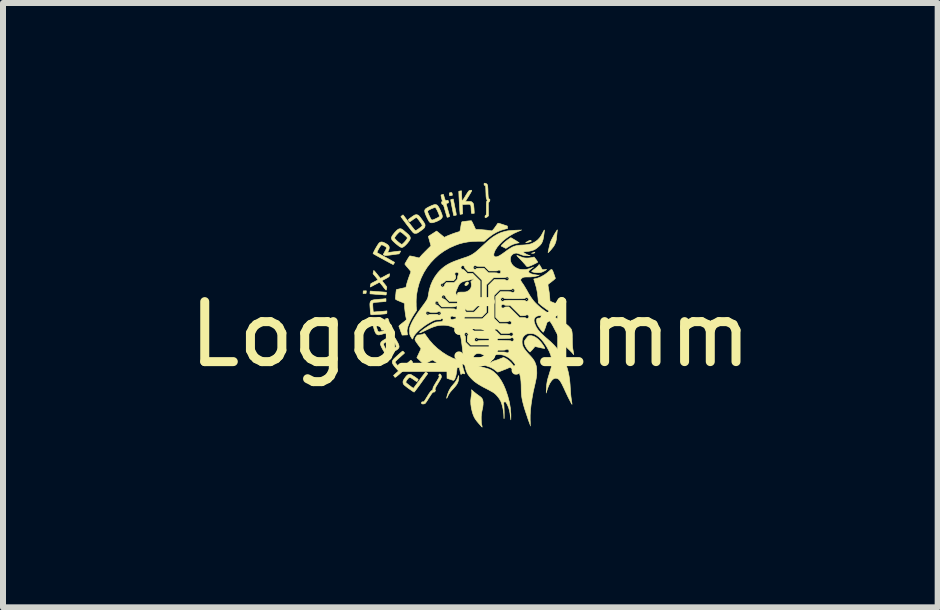
<source format=kicad_pcb>
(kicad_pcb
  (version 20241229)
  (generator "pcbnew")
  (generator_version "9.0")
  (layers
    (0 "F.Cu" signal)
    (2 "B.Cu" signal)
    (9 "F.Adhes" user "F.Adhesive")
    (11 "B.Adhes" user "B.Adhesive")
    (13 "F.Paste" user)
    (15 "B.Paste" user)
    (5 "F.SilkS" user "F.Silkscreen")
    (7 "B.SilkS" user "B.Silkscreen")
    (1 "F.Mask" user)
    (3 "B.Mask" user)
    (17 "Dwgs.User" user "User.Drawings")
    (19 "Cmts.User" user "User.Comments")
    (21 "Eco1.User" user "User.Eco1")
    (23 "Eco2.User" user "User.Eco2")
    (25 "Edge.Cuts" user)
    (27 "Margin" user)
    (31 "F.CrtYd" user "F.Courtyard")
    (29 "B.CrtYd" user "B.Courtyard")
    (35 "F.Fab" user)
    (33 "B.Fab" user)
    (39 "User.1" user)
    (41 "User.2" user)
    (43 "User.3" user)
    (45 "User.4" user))
  (footprint "Logo_5,1mm"
    (layer "F.Cu")
    (at 4.792 2.524)
    (property "Reference" "Logo_5,1mm" (at 0 0 0) (layer "F.SilkS") (effects (font (size 1 1) (thickness 0.15))))
    (attr exclude_from_pos_files exclude_from_bom)
    (fp_poly (pts (xy -0.706 -0.353) (xy -0.709 -0.351) (xy -0.711 -0.353) (xy -0.709 -0.356) (xy -0.706 -0.353)) (stroke (width 0.01) (type solid)) (fill yes) (layer "F.SilkS"))
    (fp_poly (pts (xy -0.554 -0.521) (xy -0.556 -0.518) (xy -0.559 -0.521) (xy -0.556 -0.523) (xy -0.554 -0.521)) (stroke (width 0.01) (type solid)) (fill yes) (layer "F.SilkS"))
    (fp_poly (pts (xy -0.518 -0.353) (xy -0.521 -0.351) (xy -0.523 -0.353) (xy -0.521 -0.356) (xy -0.518 -0.353)) (stroke (width 0.01) (type solid)) (fill yes) (layer "F.SilkS"))
    (fp_poly (pts (xy -0.462 -0.82) (xy -0.465 -0.818) (xy -0.467 -0.82) (xy -0.465 -0.823) (xy -0.462 -0.82)) (stroke (width 0.01) (type solid)) (fill yes) (layer "F.SilkS"))
    (fp_poly (pts (xy -0.442 -0.622) (xy -0.445 -0.62) (xy -0.447 -0.622) (xy -0.445 -0.625) (xy -0.442 -0.622)) (stroke (width 0.01) (type solid)) (fill yes) (layer "F.SilkS"))
    (fp_poly (pts (xy -0.066 0.003) (xy -0.069 0.005) (xy -0.071 0.003) (xy -0.069 0) (xy -0.066 0.003)) (stroke (width 0.01) (type solid)) (fill yes) (layer "F.SilkS"))
    (fp_poly (pts (xy 0.081 -1.115) (xy 0.079 -1.113) (xy 0.076 -1.115) (xy 0.079 -1.118) (xy 0.081 -1.115)) (stroke (width 0.01) (type solid)) (fill yes) (layer "F.SilkS"))
    (fp_poly (pts (xy 0.102 0.089) (xy 0.099 0.091) (xy 0.097 0.089) (xy 0.099 0.086) (xy 0.102 0.089)) (stroke (width 0.01) (type solid)) (fill yes) (layer "F.SilkS"))
    (fp_poly (pts (xy 0.538 -0.582) (xy 0.536 -0.579) (xy 0.533 -0.582) (xy 0.536 -0.584) (xy 0.538 -0.582)) (stroke (width 0.01) (type solid)) (fill yes) (layer "F.SilkS"))
    (fp_poly (pts (xy 0.615 -0.927) (xy 0.612 -0.925) (xy 0.61 -0.927) (xy 0.612 -0.93) (xy 0.615 -0.927)) (stroke (width 0.01) (type solid)) (fill yes) (layer "F.SilkS"))
    (fp_poly (pts (xy 0.711 -0.729) (xy 0.709 -0.726) (xy 0.706 -0.729) (xy 0.709 -0.732) (xy 0.711 -0.729)) (stroke (width 0.01) (type solid)) (fill yes) (layer "F.SilkS"))
    (fp_poly (pts (xy 0.853 -1.74) (xy 0.851 -1.737) (xy 0.848 -1.74) (xy 0.851 -1.742) (xy 0.853 -1.74)) (stroke (width 0.01) (type solid)) (fill yes) (layer "F.SilkS"))
    (fp_poly (pts (xy 0.94 -0.582) (xy 0.937 -0.579) (xy 0.935 -0.582) (xy 0.937 -0.584) (xy 0.94 -0.582)) (stroke (width 0.01) (type solid)) (fill yes) (layer "F.SilkS"))
    (fp_poly (pts (xy 1.052 -1.12) (xy 1.049 -1.118) (xy 1.046 -1.12) (xy 1.049 -1.123) (xy 1.052 -1.12)) (stroke (width 0.01) (type solid)) (fill yes) (layer "F.SilkS"))
    (fp_poly (pts (xy 1.148 -0.988) (xy 1.146 -0.986) (xy 1.143 -0.988) (xy 1.146 -0.991) (xy 1.148 -0.988)) (stroke (width 0.01) (type solid)) (fill yes) (layer "F.SilkS"))
    (fp_poly (pts (xy 1.004 1.521) (xy 1.005 1.527) (xy 1.004 1.527) (xy 1.001 1.527) (xy 1.001 1.524) (xy 1.003 1.52) (xy 1.004 1.521)) (stroke (width 0.01) (type solid)) (fill yes) (layer "F.SilkS"))
    (fp_poly (pts (xy 1.075 -1.368) (xy 1.072 -1.361) (xy 1.066 -1.355) (xy 1.055 -1.352) (xy 1.042 -1.351) (xy 1.019 -1.352) (xy 1.046 -1.361) (xy 1.062 -1.367) (xy 1.072 -1.37) (xy 1.076 -1.371) (xy 1.075 -1.368)) (stroke (width 0.01) (type solid)) (fill yes) (layer "F.SilkS"))
    (fp_poly (pts (xy -1.735 -0.725) (xy -1.733 -0.721) (xy -1.734 -0.719) (xy -1.737 -0.707) (xy -1.737 -0.696) (xy -1.738 -0.687) (xy -1.741 -0.682) (xy -1.75 -0.681) (xy -1.763 -0.681) (xy -1.789 -0.681) (xy -1.787 -0.702) (xy -1.786 -0.724) (xy -1.758 -0.725) (xy -1.743 -0.726) (xy -1.735 -0.725)) (stroke (width 0.01) (type solid)) (fill yes) (layer "F.SilkS"))
    (fp_poly (pts (xy -0.036 -0.869) (xy -0.032 -0.86) (xy -0.031 -0.857) (xy -0.034 -0.844) (xy -0.042 -0.831) (xy -0.055 -0.82) (xy -0.068 -0.813) (xy -0.081 -0.812) (xy -0.088 -0.816) (xy -0.092 -0.827) (xy -0.089 -0.84) (xy -0.081 -0.853) (xy -0.07 -0.865) (xy -0.057 -0.872) (xy -0.047 -0.873) (xy -0.036 -0.869)) (stroke (width 0.01) (type solid)) (fill yes) (layer "F.SilkS"))
    (fp_poly (pts (xy -0.309 -2.36) (xy -0.305 -2.351) (xy -0.303 -2.343) (xy -0.301 -2.329) (xy -0.301 -2.32) (xy -0.301 -2.318) (xy -0.308 -2.316) (xy -0.32 -2.314) (xy -0.324 -2.313) (xy -0.345 -2.31) (xy -0.349 -2.332) (xy -0.351 -2.348) (xy -0.349 -2.357) (xy -0.339 -2.361) (xy -0.325 -2.363) (xy -0.314 -2.363) (xy -0.309 -2.36)) (stroke (width 0.01) (type solid)) (fill yes) (layer "F.SilkS"))
    (fp_poly (pts (xy 1.007 -1.566) (xy 1.008 -1.565) (xy 1.015 -1.558) (xy 1.016 -1.554) (xy 1.011 -1.55) (xy 1 -1.545) (xy 0.983 -1.54) (xy 0.964 -1.535) (xy 0.946 -1.531) (xy 0.945 -1.531) (xy 0.922 -1.528) (xy 0.936 -1.538) (xy 0.949 -1.546) (xy 0.967 -1.555) (xy 0.975 -1.56) (xy 0.991 -1.566) (xy 1 -1.568) (xy 1.007 -1.566)) (stroke (width 0.01) (type solid)) (fill yes) (layer "F.SilkS"))
    (fp_poly (pts (xy -0.27 -2.181) (xy -0.26 -2.129) (xy -0.251 -2.086) (xy -0.244 -2.052) (xy -0.239 -2.026) (xy -0.236 -2.007) (xy -0.235 -1.995) (xy -0.235 -1.989) (xy -0.235 -1.988) (xy -0.242 -1.986) (xy -0.254 -1.983) (xy -0.258 -1.983) (xy -0.278 -1.98) (xy -0.304 -2.111) (xy -0.311 -2.146) (xy -0.317 -2.178) (xy -0.322 -2.205) (xy -0.326 -2.226) (xy -0.327 -2.24) (xy -0.327 -2.245) (xy -0.319 -2.249) (xy -0.306 -2.252) (xy -0.304 -2.252) (xy -0.286 -2.256) (xy -0.27 -2.181)) (stroke (width 0.01) (type solid)) (fill yes) (layer "F.SilkS"))
    (fp_poly (pts (xy 0.704 -1.595) (xy 0.723 -1.584) (xy 0.746 -1.57) (xy 0.769 -1.556) (xy 0.773 -1.553) (xy 0.813 -1.527) (xy 0.77 -1.518) (xy 0.72 -1.504) (xy 0.67 -1.482) (xy 0.627 -1.455) (xy 0.611 -1.445) (xy 0.599 -1.437) (xy 0.593 -1.433) (xy 0.592 -1.433) (xy 0.588 -1.435) (xy 0.576 -1.441) (xy 0.56 -1.449) (xy 0.554 -1.452) (xy 0.536 -1.461) (xy 0.522 -1.467) (xy 0.515 -1.471) (xy 0.514 -1.471) (xy 0.514 -1.476) (xy 0.521 -1.486) (xy 0.534 -1.5) (xy 0.551 -1.516) (xy 0.571 -1.535) (xy 0.594 -1.554) (xy 0.618 -1.572) (xy 0.64 -1.588) (xy 0.675 -1.612) (xy 0.704 -1.595)) (stroke (width 0.01) (type solid)) (fill yes) (layer "F.SilkS"))
    (fp_poly (pts (xy 1.151 -1.159) (xy 1.161 -1.145) (xy 1.175 -1.122) (xy 1.176 -1.119) (xy 1.201 -1.076) (xy 1.236 -1.079) (xy 1.271 -1.082) (xy 1.258 -1.071) (xy 1.247 -1.064) (xy 1.23 -1.055) (xy 1.211 -1.046) (xy 1.211 -1.045) (xy 1.19 -1.037) (xy 1.172 -1.031) (xy 1.152 -1.029) (xy 1.133 -1.028) (xy 1.103 -1.028) (xy 1.075 -1.031) (xy 1.06 -1.034) (xy 1.039 -1.04) (xy 1.026 -1.044) (xy 1.023 -1.05) (xy 1.028 -1.057) (xy 1.042 -1.068) (xy 1.055 -1.078) (xy 1.075 -1.093) (xy 1.095 -1.109) (xy 1.113 -1.125) (xy 1.128 -1.14) (xy 1.139 -1.152) (xy 1.143 -1.159) (xy 1.143 -1.159) (xy 1.145 -1.164) (xy 1.151 -1.159)) (stroke (width 0.01) (type solid)) (fill yes) (layer "F.SilkS"))
    (fp_poly (pts (xy -1.637 -0.719) (xy -1.621 -0.717) (xy -1.597 -0.716) (xy -1.568 -0.713) (xy -1.535 -0.711) (xy -1.502 -0.709) (xy -1.471 -0.707) (xy -1.444 -0.705) (xy -1.422 -0.703) (xy -1.407 -0.701) (xy -1.4 -0.7) (xy -1.4 -0.7) (xy -1.4 -0.695) (xy -1.4 -0.682) (xy -1.401 -0.677) (xy -1.403 -0.663) (xy -1.407 -0.657) (xy -1.414 -0.656) (xy -1.417 -0.656) (xy -1.425 -0.657) (xy -1.443 -0.658) (xy -1.467 -0.66) (xy -1.496 -0.662) (xy -1.529 -0.664) (xy -1.549 -0.666) (xy -1.583 -0.668) (xy -1.613 -0.671) (xy -1.639 -0.673) (xy -1.658 -0.674) (xy -1.669 -0.675) (xy -1.671 -0.675) (xy -1.673 -0.68) (xy -1.673 -0.692) (xy -1.672 -0.698) (xy -1.67 -0.721) (xy -1.637 -0.719)) (stroke (width 0.01) (type solid)) (fill yes) (layer "F.SilkS"))
    (fp_poly (pts (xy 1.19 -0.271) (xy 1.207 -0.268) (xy 1.222 -0.263) (xy 1.227 -0.261) (xy 1.246 -0.249) (xy 1.263 -0.235) (xy 1.275 -0.222) (xy 1.28 -0.211) (xy 1.28 -0.21) (xy 1.278 -0.201) (xy 1.274 -0.185) (xy 1.267 -0.164) (xy 1.259 -0.139) (xy 1.251 -0.114) (xy 1.242 -0.091) (xy 1.234 -0.071) (xy 1.23 -0.06) (xy 1.223 -0.046) (xy 1.217 -0.037) (xy 1.214 -0.036) (xy 1.209 -0.039) (xy 1.2 -0.049) (xy 1.187 -0.063) (xy 1.183 -0.067) (xy 1.149 -0.112) (xy 1.124 -0.153) (xy 1.109 -0.19) (xy 1.102 -0.224) (xy 1.102 -0.228) (xy 1.104 -0.247) (xy 1.109 -0.259) (xy 1.12 -0.267) (xy 1.138 -0.271) (xy 1.165 -0.272) (xy 1.165 -0.272) (xy 1.19 -0.271)) (stroke (width 0.01) (type solid)) (fill yes) (layer "F.SilkS"))
    (fp_poly (pts (xy 1.45 -1.738) (xy 1.449 -1.726) (xy 1.447 -1.713) (xy 1.445 -1.696) (xy 1.443 -1.672) (xy 1.44 -1.645) (xy 1.438 -1.625) (xy 1.433 -1.58) (xy 1.424 -1.541) (xy 1.411 -1.507) (xy 1.394 -1.475) (xy 1.39 -1.468) (xy 1.38 -1.455) (xy 1.367 -1.439) (xy 1.353 -1.421) (xy 1.337 -1.403) (xy 1.323 -1.387) (xy 1.31 -1.374) (xy 1.301 -1.365) (xy 1.296 -1.362) (xy 1.296 -1.363) (xy 1.297 -1.37) (xy 1.299 -1.386) (xy 1.304 -1.407) (xy 1.309 -1.431) (xy 1.315 -1.457) (xy 1.321 -1.483) (xy 1.326 -1.505) (xy 1.331 -1.523) (xy 1.334 -1.532) (xy 1.341 -1.551) (xy 1.353 -1.577) (xy 1.369 -1.607) (xy 1.386 -1.639) (xy 1.403 -1.67) (xy 1.421 -1.699) (xy 1.423 -1.702) (xy 1.434 -1.72) (xy 1.443 -1.733) (xy 1.449 -1.741) (xy 1.45 -1.742) (xy 1.45 -1.738)) (stroke (width 0.01) (type solid)) (fill yes) (layer "F.SilkS"))
    (fp_poly (pts (xy -0.195 0.691) (xy -0.193 0.701) (xy -0.193 0.716) (xy -0.194 0.735) (xy -0.197 0.755) (xy -0.2 0.773) (xy -0.201 0.775) (xy -0.209 0.8) (xy -0.221 0.825) (xy -0.238 0.851) (xy -0.261 0.879) (xy -0.29 0.912) (xy -0.291 0.913) (xy -0.317 0.941) (xy -0.337 0.965) (xy -0.353 0.988) (xy -0.367 1.012) (xy -0.38 1.039) (xy -0.382 1.044) (xy -0.389 1.058) (xy -0.394 1.066) (xy -0.396 1.066) (xy -0.396 1.066) (xy -0.394 1.054) (xy -0.39 1.035) (xy -0.383 1.012) (xy -0.375 0.988) (xy -0.366 0.964) (xy -0.358 0.945) (xy -0.355 0.938) (xy -0.339 0.909) (xy -0.322 0.882) (xy -0.301 0.856) (xy -0.276 0.826) (xy -0.26 0.807) (xy -0.244 0.784) (xy -0.229 0.76) (xy -0.217 0.737) (xy -0.208 0.717) (xy -0.203 0.703) (xy -0.203 0.701) (xy -0.201 0.691) (xy -0.198 0.688) (xy -0.195 0.691)) (stroke (width 0.01) (type solid)) (fill yes) (layer "F.SilkS"))
    (fp_poly (pts (xy 0.783 -1.314) (xy 0.797 -1.309) (xy 0.816 -1.302) (xy 0.824 -1.298) (xy 0.848 -1.29) (xy 0.872 -1.281) (xy 0.893 -1.276) (xy 0.897 -1.275) (xy 0.926 -1.272) (xy 0.96 -1.272) (xy 0.996 -1.275) (xy 1.03 -1.281) (xy 1.035 -1.282) (xy 1.062 -1.289) (xy 1.079 -1.268) (xy 1.091 -1.252) (xy 1.104 -1.235) (xy 1.114 -1.22) (xy 1.12 -1.208) (xy 1.122 -1.202) (xy 1.122 -1.202) (xy 1.114 -1.197) (xy 1.099 -1.189) (xy 1.079 -1.179) (xy 1.057 -1.168) (xy 1.036 -1.158) (xy 1.017 -1.149) (xy 1.008 -1.146) (xy 0.983 -1.136) (xy 0.966 -1.129) (xy 0.953 -1.128) (xy 0.943 -1.131) (xy 0.934 -1.139) (xy 0.922 -1.153) (xy 0.91 -1.168) (xy 0.892 -1.188) (xy 0.87 -1.213) (xy 0.846 -1.239) (xy 0.823 -1.262) (xy 0.822 -1.264) (xy 0.804 -1.282) (xy 0.789 -1.297) (xy 0.779 -1.309) (xy 0.775 -1.315) (xy 0.775 -1.316) (xy 0.783 -1.314)) (stroke (width 0.01) (type solid)) (fill yes) (layer "F.SilkS"))
    (fp_poly (pts (xy 0.054 0.955) (xy 0.075 0.972) (xy 0.1 0.992) (xy 0.125 1.01) (xy 0.131 1.015) (xy 0.151 1.029) (xy 0.169 1.043) (xy 0.183 1.056) (xy 0.188 1.06) (xy 0.201 1.081) (xy 0.209 1.106) (xy 0.213 1.135) (xy 0.212 1.171) (xy 0.207 1.214) (xy 0.197 1.261) (xy 0.19 1.294) (xy 0.186 1.321) (xy 0.183 1.346) (xy 0.181 1.373) (xy 0.181 1.405) (xy 0.182 1.443) (xy 0.183 1.474) (xy 0.187 1.499) (xy 0.19 1.511) (xy 0.194 1.528) (xy 0.196 1.541) (xy 0.197 1.547) (xy 0.197 1.547) (xy 0.193 1.544) (xy 0.184 1.535) (xy 0.17 1.52) (xy 0.154 1.501) (xy 0.141 1.487) (xy 0.109 1.449) (xy 0.084 1.415) (xy 0.064 1.381) (xy 0.049 1.346) (xy 0.035 1.306) (xy 0.033 1.298) (xy 0.017 1.231) (xy 0.008 1.168) (xy 0.006 1.108) (xy 0.012 1.049) (xy 0.016 1.026) (xy 0.022 0.99) (xy 0.024 0.961) (xy 0.023 0.948) (xy 0.02 0.923) (xy 0.054 0.955)) (stroke (width 0.01) (type solid)) (fill yes) (layer "F.SilkS"))
    (fp_poly (pts (xy 1.019 0.023) (xy 1.055 0.033) (xy 1.091 0.052) (xy 1.127 0.079) (xy 1.151 0.103) (xy 1.167 0.121) (xy 1.184 0.141) (xy 1.2 0.163) (xy 1.215 0.185) (xy 1.227 0.204) (xy 1.236 0.22) (xy 1.241 0.231) (xy 1.241 0.235) (xy 1.234 0.235) (xy 1.219 0.233) (xy 1.197 0.229) (xy 1.169 0.223) (xy 1.157 0.22) (xy 1.13 0.214) (xy 1.106 0.209) (xy 1.089 0.205) (xy 1.078 0.204) (xy 1.076 0.204) (xy 1.067 0.215) (xy 1.054 0.23) (xy 1.04 0.247) (xy 1.025 0.264) (xy 1.011 0.278) (xy 1.001 0.289) (xy 0.995 0.294) (xy 0.994 0.294) (xy 0.988 0.29) (xy 0.978 0.281) (xy 0.965 0.267) (xy 0.961 0.263) (xy 0.936 0.229) (xy 0.916 0.194) (xy 0.904 0.16) (xy 0.901 0.141) (xy 0.9 0.129) (xy 0.9 0.12) (xy 0.903 0.11) (xy 0.91 0.099) (xy 0.921 0.083) (xy 0.93 0.07) (xy 0.945 0.051) (xy 0.956 0.038) (xy 0.964 0.03) (xy 0.972 0.026) (xy 0.982 0.024) (xy 0.986 0.023) (xy 1.019 0.023)) (stroke (width 0.01) (type solid)) (fill yes) (layer "F.SilkS"))
    (fp_poly (pts (xy -0.434 -2.28) (xy -0.427 -2.259) (xy -0.421 -2.242) (xy -0.416 -2.231) (xy -0.414 -2.228) (xy -0.406 -2.23) (xy -0.393 -2.232) (xy -0.39 -2.233) (xy -0.378 -2.234) (xy -0.372 -2.232) (xy -0.368 -2.222) (xy -0.366 -2.217) (xy -0.363 -2.202) (xy -0.365 -2.194) (xy -0.373 -2.189) (xy -0.382 -2.187) (xy -0.395 -2.184) (xy -0.402 -2.181) (xy -0.402 -2.181) (xy -0.402 -2.176) (xy -0.399 -2.163) (xy -0.394 -2.142) (xy -0.387 -2.117) (xy -0.378 -2.087) (xy -0.375 -2.077) (xy -0.367 -2.046) (xy -0.359 -2.018) (xy -0.352 -1.995) (xy -0.348 -1.978) (xy -0.346 -1.968) (xy -0.346 -1.967) (xy -0.35 -1.963) (xy -0.36 -1.958) (xy -0.373 -1.953) (xy -0.385 -1.951) (xy -0.386 -1.951) (xy -0.388 -1.955) (xy -0.392 -1.968) (xy -0.399 -1.988) (xy -0.406 -2.014) (xy -0.415 -2.044) (xy -0.419 -2.057) (xy -0.429 -2.092) (xy -0.436 -2.119) (xy -0.443 -2.138) (xy -0.447 -2.151) (xy -0.451 -2.159) (xy -0.455 -2.163) (xy -0.459 -2.164) (xy -0.46 -2.164) (xy -0.469 -2.166) (xy -0.475 -2.175) (xy -0.477 -2.183) (xy -0.481 -2.198) (xy -0.482 -2.206) (xy -0.479 -2.209) (xy -0.472 -2.21) (xy -0.464 -2.212) (xy -0.464 -2.216) (xy -0.47 -2.234) (xy -0.476 -2.254) (xy -0.481 -2.276) (xy -0.486 -2.296) (xy -0.489 -2.311) (xy -0.489 -2.321) (xy -0.489 -2.322) (xy -0.481 -2.326) (xy -0.468 -2.33) (xy -0.467 -2.33) (xy -0.449 -2.333) (xy -0.434 -2.28)) (stroke (width 0.01) (type solid)) (fill yes) (layer "F.SilkS"))
    (fp_poly (pts (xy 0.588 0.402) (xy 0.619 0.421) (xy 0.652 0.447) (xy 0.683 0.478) (xy 0.709 0.51) (xy 0.72 0.527) (xy 0.732 0.547) (xy 0.744 0.569) (xy 0.755 0.59) (xy 0.764 0.609) (xy 0.77 0.623) (xy 0.771 0.63) (xy 0.771 0.63) (xy 0.767 0.629) (xy 0.756 0.622) (xy 0.741 0.611) (xy 0.722 0.596) (xy 0.717 0.592) (xy 0.697 0.576) (xy 0.681 0.563) (xy 0.669 0.553) (xy 0.663 0.549) (xy 0.663 0.549) (xy 0.658 0.551) (xy 0.646 0.556) (xy 0.629 0.563) (xy 0.621 0.567) (xy 0.607 0.573) (xy 0.587 0.581) (xy 0.563 0.59) (xy 0.538 0.6) (xy 0.513 0.61) (xy 0.491 0.618) (xy 0.472 0.625) (xy 0.46 0.629) (xy 0.456 0.63) (xy 0.451 0.627) (xy 0.441 0.619) (xy 0.426 0.608) (xy 0.419 0.602) (xy 0.387 0.578) (xy 0.354 0.559) (xy 0.318 0.543) (xy 0.276 0.529) (xy 0.242 0.519) (xy 0.214 0.512) (xy 0.189 0.505) (xy 0.167 0.499) (xy 0.153 0.494) (xy 0.15 0.493) (xy 0.13 0.484) (xy 0.18 0.48) (xy 0.208 0.478) (xy 0.239 0.475) (xy 0.267 0.471) (xy 0.274 0.47) (xy 0.298 0.466) (xy 0.315 0.466) (xy 0.322 0.468) (xy 0.333 0.472) (xy 0.346 0.47) (xy 0.356 0.462) (xy 0.366 0.455) (xy 0.384 0.447) (xy 0.401 0.441) (xy 0.422 0.435) (xy 0.449 0.426) (xy 0.477 0.416) (xy 0.496 0.408) (xy 0.553 0.385) (xy 0.588 0.402)) (stroke (width 0.01) (type solid)) (fill yes) (layer "F.SilkS"))
    (fp_poly (pts (xy 0.242 -2.519) (xy 0.247 -2.518) (xy 0.264 -2.513) (xy 0.276 -2.505) (xy 0.284 -2.491) (xy 0.289 -2.469) (xy 0.29 -2.452) (xy 0.292 -2.429) (xy 0.293 -2.4) (xy 0.294 -2.37) (xy 0.294 -2.351) (xy 0.296 -2.312) (xy 0.299 -2.284) (xy 0.305 -2.265) (xy 0.313 -2.256) (xy 0.317 -2.256) (xy 0.324 -2.252) (xy 0.326 -2.241) (xy 0.324 -2.228) (xy 0.318 -2.215) (xy 0.312 -2.207) (xy 0.299 -2.194) (xy 0.302 -1.976) (xy 0.29 -1.964) (xy 0.276 -1.954) (xy 0.26 -1.948) (xy 0.249 -1.946) (xy 0.245 -1.949) (xy 0.244 -1.96) (xy 0.244 -1.962) (xy 0.246 -1.975) (xy 0.253 -1.983) (xy 0.255 -1.984) (xy 0.259 -1.986) (xy 0.262 -1.989) (xy 0.264 -1.994) (xy 0.265 -2.002) (xy 0.266 -2.016) (xy 0.267 -2.036) (xy 0.267 -2.063) (xy 0.267 -2.098) (xy 0.267 -2.136) (xy 0.267 -2.164) (xy 0.268 -2.185) (xy 0.269 -2.2) (xy 0.271 -2.21) (xy 0.273 -2.217) (xy 0.275 -2.22) (xy 0.28 -2.229) (xy 0.28 -2.236) (xy 0.275 -2.247) (xy 0.273 -2.252) (xy 0.269 -2.26) (xy 0.266 -2.27) (xy 0.264 -2.282) (xy 0.262 -2.299) (xy 0.261 -2.322) (xy 0.26 -2.353) (xy 0.259 -2.372) (xy 0.258 -2.403) (xy 0.257 -2.431) (xy 0.256 -2.453) (xy 0.254 -2.47) (xy 0.253 -2.477) (xy 0.252 -2.478) (xy 0.244 -2.483) (xy 0.238 -2.484) (xy 0.232 -2.486) (xy 0.229 -2.494) (xy 0.229 -2.503) (xy 0.229 -2.515) (xy 0.233 -2.519) (xy 0.242 -2.519)) (stroke (width 0.01) (type solid)) (fill yes) (layer "F.SilkS"))
    (fp_poly (pts (xy -1.123 0.283) (xy -1.113 0.291) (xy -1.11 0.295) (xy -1.101 0.305) (xy -1.098 0.311) (xy -1.102 0.316) (xy -1.105 0.319) (xy -1.112 0.326) (xy -1.125 0.337) (xy -1.143 0.353) (xy -1.164 0.372) (xy -1.185 0.391) (xy -1.211 0.415) (xy -1.232 0.435) (xy -1.247 0.45) (xy -1.254 0.46) (xy -1.255 0.463) (xy -1.253 0.469) (xy -1.246 0.48) (xy -1.233 0.496) (xy -1.215 0.518) (xy -1.191 0.546) (xy -1.178 0.56) (xy -1.161 0.579) (xy -1.078 0.506) (xy -1.054 0.484) (xy -1.032 0.465) (xy -1.014 0.449) (xy -1 0.438) (xy -0.993 0.432) (xy -0.991 0.432) (xy -0.986 0.435) (xy -0.977 0.445) (xy -0.974 0.449) (xy -0.961 0.465) (xy -1.096 0.584) (xy -1.135 0.619) (xy -1.166 0.647) (xy -1.192 0.67) (xy -1.212 0.687) (xy -1.228 0.7) (xy -1.239 0.709) (xy -1.247 0.714) (xy -1.253 0.716) (xy -1.257 0.716) (xy -1.26 0.714) (xy -1.263 0.71) (xy -1.266 0.705) (xy -1.267 0.703) (xy -1.281 0.685) (xy -1.254 0.661) (xy -1.238 0.646) (xy -1.222 0.633) (xy -1.212 0.624) (xy -1.197 0.611) (xy -1.242 0.561) (xy -1.268 0.53) (xy -1.287 0.504) (xy -1.298 0.483) (xy -1.303 0.464) (xy -1.3 0.446) (xy -1.291 0.429) (xy -1.275 0.409) (xy -1.264 0.398) (xy -1.246 0.382) (xy -1.226 0.363) (xy -1.205 0.344) (xy -1.184 0.325) (xy -1.164 0.308) (xy -1.148 0.294) (xy -1.135 0.284) (xy -1.129 0.28) (xy -1.128 0.279) (xy -1.123 0.283)) (stroke (width 0.01) (type solid)) (fill yes) (layer "F.SilkS"))
    (fp_poly (pts (xy -1.149 -1.757) (xy -1.131 -1.746) (xy -1.121 -1.739) (xy -1.105 -1.726) (xy -1.087 -1.71) (xy -1.066 -1.693) (xy -1.066 -1.692) (xy -1.037 -1.667) (xy -1.017 -1.645) (xy -1.005 -1.625) (xy -1.001 -1.606) (xy -1.005 -1.586) (xy -1.017 -1.563) (xy -1.037 -1.536) (xy -1.053 -1.516) (xy -1.079 -1.489) (xy -1.102 -1.468) (xy -1.123 -1.454) (xy -1.14 -1.448) (xy -1.143 -1.448) (xy -1.152 -1.45) (xy -1.166 -1.455) (xy -1.169 -1.457) (xy -1.183 -1.465) (xy -1.2 -1.478) (xy -1.221 -1.494) (xy -1.243 -1.512) (xy -1.264 -1.531) (xy -1.283 -1.549) (xy -1.298 -1.564) (xy -1.307 -1.576) (xy -1.308 -1.577) (xy -1.314 -1.593) (xy -1.315 -1.608) (xy -1.315 -1.608) (xy -1.265 -1.608) (xy -1.261 -1.599) (xy -1.251 -1.586) (xy -1.235 -1.569) (xy -1.217 -1.552) (xy -1.197 -1.535) (xy -1.178 -1.52) (xy -1.161 -1.508) (xy -1.148 -1.501) (xy -1.142 -1.5) (xy -1.134 -1.504) (xy -1.122 -1.514) (xy -1.106 -1.53) (xy -1.091 -1.546) (xy -1.072 -1.569) (xy -1.059 -1.587) (xy -1.053 -1.6) (xy -1.053 -1.611) (xy -1.058 -1.621) (xy -1.066 -1.629) (xy -1.095 -1.655) (xy -1.121 -1.678) (xy -1.143 -1.695) (xy -1.161 -1.706) (xy -1.172 -1.711) (xy -1.174 -1.711) (xy -1.183 -1.706) (xy -1.195 -1.696) (xy -1.211 -1.68) (xy -1.227 -1.663) (xy -1.242 -1.645) (xy -1.254 -1.628) (xy -1.263 -1.615) (xy -1.265 -1.608) (xy -1.315 -1.608) (xy -1.312 -1.624) (xy -1.303 -1.642) (xy -1.288 -1.664) (xy -1.266 -1.691) (xy -1.26 -1.698) (xy -1.233 -1.727) (xy -1.21 -1.747) (xy -1.189 -1.758) (xy -1.169 -1.761) (xy -1.149 -1.757)) (stroke (width 0.01) (type solid)) (fill yes) (layer "F.SilkS"))
    (fp_poly (pts (xy -0.575 -2.163) (xy -0.558 -2.156) (xy -0.543 -2.142) (xy -0.528 -2.12) (xy -0.512 -2.09) (xy -0.494 -2.051) (xy -0.488 -2.036) (xy -0.476 -2.005) (xy -0.469 -1.981) (xy -0.467 -1.962) (xy -0.471 -1.947) (xy -0.48 -1.933) (xy -0.487 -1.926) (xy -0.505 -1.912) (xy -0.53 -1.898) (xy -0.558 -1.884) (xy -0.588 -1.873) (xy -0.615 -1.864) (xy -0.636 -1.86) (xy -0.653 -1.86) (xy -0.664 -1.861) (xy -0.673 -1.866) (xy -0.682 -1.875) (xy -0.692 -1.888) (xy -0.704 -1.909) (xy -0.718 -1.936) (xy -0.729 -1.958) (xy -0.745 -1.995) (xy -0.756 -2.025) (xy -0.761 -2.048) (xy -0.761 -2.051) (xy -0.713 -2.051) (xy -0.712 -2.043) (xy -0.708 -2.03) (xy -0.701 -2.012) (xy -0.69 -1.986) (xy -0.689 -1.985) (xy -0.678 -1.962) (xy -0.668 -1.94) (xy -0.659 -1.924) (xy -0.653 -1.915) (xy -0.653 -1.914) (xy -0.647 -1.909) (xy -0.639 -1.906) (xy -0.627 -1.908) (xy -0.611 -1.913) (xy -0.589 -1.923) (xy -0.568 -1.933) (xy -0.542 -1.946) (xy -0.525 -1.957) (xy -0.516 -1.965) (xy -0.516 -1.966) (xy -0.516 -1.975) (xy -0.521 -1.991) (xy -0.528 -2.011) (xy -0.538 -2.034) (xy -0.548 -2.057) (xy -0.559 -2.078) (xy -0.569 -2.095) (xy -0.576 -2.106) (xy -0.577 -2.107) (xy -0.59 -2.118) (xy -0.614 -2.108) (xy -0.649 -2.094) (xy -0.677 -2.08) (xy -0.698 -2.069) (xy -0.709 -2.06) (xy -0.711 -2.057) (xy -0.713 -2.051) (xy -0.761 -2.051) (xy -0.761 -2.067) (xy -0.754 -2.083) (xy -0.74 -2.097) (xy -0.719 -2.11) (xy -0.691 -2.125) (xy -0.682 -2.129) (xy -0.647 -2.146) (xy -0.618 -2.157) (xy -0.595 -2.163) (xy -0.575 -2.163)) (stroke (width 0.01) (type solid)) (fill yes) (layer "F.SilkS"))
    (fp_poly (pts (xy 1.361 -1.078) (xy 1.368 -1.067) (xy 1.377 -1.049) (xy 1.387 -1.021) (xy 1.39 -1.013) (xy 1.399 -0.988) (xy 1.407 -0.965) (xy 1.413 -0.948) (xy 1.416 -0.937) (xy 1.417 -0.935) (xy 1.416 -0.931) (xy 1.411 -0.926) (xy 1.402 -0.918) (xy 1.389 -0.906) (xy 1.37 -0.891) (xy 1.345 -0.871) (xy 1.312 -0.846) (xy 1.298 -0.835) (xy 1.295 -0.832) (xy 1.294 -0.825) (xy 1.295 -0.814) (xy 1.297 -0.797) (xy 1.302 -0.772) (xy 1.303 -0.766) (xy 1.308 -0.736) (xy 1.314 -0.7) (xy 1.318 -0.662) (xy 1.322 -0.628) (xy 1.322 -0.627) (xy 1.328 -0.552) (xy 1.4 -0.522) (xy 1.424 -0.512) (xy 1.446 -0.502) (xy 1.463 -0.495) (xy 1.472 -0.49) (xy 1.474 -0.489) (xy 1.475 -0.482) (xy 1.475 -0.468) (xy 1.473 -0.448) (xy 1.471 -0.424) (xy 1.469 -0.399) (xy 1.466 -0.374) (xy 1.463 -0.352) (xy 1.46 -0.335) (xy 1.457 -0.325) (xy 1.456 -0.324) (xy 1.447 -0.32) (xy 1.436 -0.32) (xy 1.421 -0.325) (xy 1.401 -0.334) (xy 1.376 -0.349) (xy 1.349 -0.365) (xy 1.305 -0.394) (xy 1.262 -0.423) (xy 1.223 -0.452) (xy 1.188 -0.478) (xy 1.161 -0.501) (xy 1.158 -0.505) (xy 1.134 -0.526) (xy 1.128 -0.604) (xy 1.118 -0.689) (xy 1.103 -0.769) (xy 1.081 -0.846) (xy 1.077 -0.859) (xy 1.069 -0.882) (xy 1.063 -0.902) (xy 1.059 -0.915) (xy 1.057 -0.922) (xy 1.057 -0.922) (xy 1.061 -0.923) (xy 1.073 -0.926) (xy 1.08 -0.927) (xy 1.125 -0.938) (xy 1.172 -0.957) (xy 1.221 -0.984) (xy 1.27 -1.017) (xy 1.316 -1.055) (xy 1.332 -1.07) (xy 1.344 -1.079) (xy 1.353 -1.082) (xy 1.361 -1.078)) (stroke (width 0.01) (type solid)) (fill yes) (layer "F.SilkS"))
    (fp_poly (pts (xy -1.407 -0.549) (xy -1.429 -0.547) (xy -1.442 -0.545) (xy -1.462 -0.543) (xy -1.488 -0.541) (xy -1.516 -0.539) (xy -1.524 -0.538) (xy -1.551 -0.536) (xy -1.576 -0.534) (xy -1.595 -0.532) (xy -1.607 -0.53) (xy -1.609 -0.53) (xy -1.618 -0.527) (xy -1.623 -0.521) (xy -1.627 -0.511) (xy -1.628 -0.496) (xy -1.627 -0.473) (xy -1.625 -0.443) (xy -1.625 -0.441) (xy -1.623 -0.416) (xy -1.621 -0.395) (xy -1.62 -0.38) (xy -1.619 -0.373) (xy -1.619 -0.373) (xy -1.614 -0.373) (xy -1.6 -0.373) (xy -1.581 -0.375) (xy -1.556 -0.377) (xy -1.529 -0.379) (xy -1.501 -0.381) (xy -1.474 -0.383) (xy -1.449 -0.385) (xy -1.429 -0.387) (xy -1.415 -0.388) (xy -1.414 -0.388) (xy -1.392 -0.391) (xy -1.392 -0.368) (xy -1.392 -0.361) (xy -1.392 -0.354) (xy -1.394 -0.35) (xy -1.399 -0.346) (xy -1.407 -0.344) (xy -1.421 -0.341) (xy -1.441 -0.339) (xy -1.468 -0.337) (xy -1.503 -0.334) (xy -1.524 -0.333) (xy -1.565 -0.33) (xy -1.597 -0.328) (xy -1.62 -0.326) (xy -1.638 -0.326) (xy -1.649 -0.326) (xy -1.656 -0.328) (xy -1.66 -0.331) (xy -1.662 -0.335) (xy -1.663 -0.341) (xy -1.663 -0.347) (xy -1.665 -0.36) (xy -1.667 -0.38) (xy -1.669 -0.406) (xy -1.671 -0.434) (xy -1.672 -0.442) (xy -1.674 -0.472) (xy -1.675 -0.494) (xy -1.675 -0.51) (xy -1.673 -0.521) (xy -1.671 -0.531) (xy -1.669 -0.536) (xy -1.663 -0.549) (xy -1.655 -0.559) (xy -1.644 -0.566) (xy -1.629 -0.571) (xy -1.608 -0.576) (xy -1.579 -0.579) (xy -1.548 -0.582) (xy -1.517 -0.585) (xy -1.488 -0.587) (xy -1.462 -0.589) (xy -1.443 -0.591) (xy -1.436 -0.592) (xy -1.407 -0.595) (xy -1.407 -0.549)) (stroke (width 0.01) (type solid)) (fill yes) (layer "F.SilkS"))
    (fp_poly (pts (xy -0.501 0.665) (xy -0.492 0.676) (xy -0.485 0.692) (xy -0.483 0.706) (xy -0.484 0.714) (xy -0.487 0.725) (xy -0.494 0.74) (xy -0.505 0.759) (xy -0.52 0.784) (xy -0.536 0.811) (xy -0.556 0.844) (xy -0.572 0.87) (xy -0.582 0.891) (xy -0.587 0.905) (xy -0.589 0.916) (xy -0.587 0.924) (xy -0.584 0.928) (xy -0.582 0.936) (xy -0.588 0.949) (xy -0.588 0.949) (xy -0.596 0.96) (xy -0.604 0.963) (xy -0.608 0.963) (xy -0.615 0.962) (xy -0.623 0.966) (xy -0.632 0.973) (xy -0.643 0.986) (xy -0.656 1.005) (xy -0.673 1.031) (xy -0.693 1.062) (xy -0.709 1.088) (xy -0.724 1.112) (xy -0.737 1.131) (xy -0.747 1.144) (xy -0.751 1.15) (xy -0.766 1.158) (xy -0.785 1.161) (xy -0.803 1.16) (xy -0.806 1.158) (xy -0.815 1.151) (xy -0.816 1.141) (xy -0.812 1.131) (xy -0.802 1.125) (xy -0.792 1.125) (xy -0.786 1.126) (xy -0.78 1.125) (xy -0.774 1.121) (xy -0.767 1.113) (xy -0.757 1.099) (xy -0.744 1.078) (xy -0.729 1.054) (xy -0.708 1.02) (xy -0.692 0.994) (xy -0.679 0.975) (xy -0.668 0.961) (xy -0.66 0.951) (xy -0.653 0.944) (xy -0.646 0.939) (xy -0.643 0.937) (xy -0.631 0.929) (xy -0.626 0.92) (xy -0.625 0.911) (xy -0.624 0.902) (xy -0.622 0.892) (xy -0.617 0.88) (xy -0.61 0.865) (xy -0.598 0.845) (xy -0.583 0.819) (xy -0.563 0.786) (xy -0.561 0.784) (xy -0.544 0.755) (xy -0.531 0.734) (xy -0.524 0.719) (xy -0.52 0.708) (xy -0.519 0.7) (xy -0.522 0.694) (xy -0.524 0.692) (xy -0.527 0.683) (xy -0.524 0.672) (xy -0.517 0.663) (xy -0.511 0.66) (xy -0.501 0.665)) (stroke (width 0.01) (type solid)) (fill yes) (layer "F.SilkS"))
    (fp_poly (pts (xy -1.289 0.035) (xy -1.269 0.047) (xy -1.251 0.068) (xy -1.241 0.085) (xy -1.22 0.122) (xy -1.204 0.152) (xy -1.194 0.176) (xy -1.189 0.196) (xy -1.189 0.212) (xy -1.193 0.225) (xy -1.202 0.238) (xy -1.204 0.24) (xy -1.213 0.249) (xy -1.23 0.261) (xy -1.252 0.274) (xy -1.276 0.289) (xy -1.302 0.303) (xy -1.325 0.316) (xy -1.343 0.324) (xy -1.367 0.33) (xy -1.391 0.329) (xy -1.412 0.321) (xy -1.417 0.317) (xy -1.427 0.306) (xy -1.439 0.288) (xy -1.453 0.266) (xy -1.467 0.241) (xy -1.48 0.216) (xy -1.49 0.194) (xy -1.496 0.177) (xy -1.497 0.171) (xy -1.498 0.166) (xy -1.448 0.166) (xy -1.445 0.175) (xy -1.439 0.19) (xy -1.43 0.209) (xy -1.419 0.23) (xy -1.408 0.249) (xy -1.398 0.266) (xy -1.39 0.277) (xy -1.386 0.281) (xy -1.379 0.283) (xy -1.371 0.283) (xy -1.361 0.28) (xy -1.347 0.274) (xy -1.328 0.263) (xy -1.305 0.25) (xy -1.282 0.237) (xy -1.262 0.225) (xy -1.247 0.215) (xy -1.239 0.208) (xy -1.239 0.207) (xy -1.238 0.197) (xy -1.243 0.181) (xy -1.251 0.161) (xy -1.262 0.14) (xy -1.275 0.12) (xy -1.288 0.102) (xy -1.299 0.089) (xy -1.309 0.082) (xy -1.31 0.082) (xy -1.319 0.084) (xy -1.335 0.09) (xy -1.356 0.099) (xy -1.37 0.107) (xy -1.399 0.123) (xy -1.42 0.134) (xy -1.433 0.144) (xy -1.442 0.151) (xy -1.446 0.158) (xy -1.448 0.164) (xy -1.448 0.166) (xy -1.498 0.166) (xy -1.498 0.156) (xy -1.495 0.142) (xy -1.488 0.129) (xy -1.475 0.116) (xy -1.456 0.102) (xy -1.43 0.086) (xy -1.395 0.067) (xy -1.38 0.059) (xy -1.353 0.045) (xy -1.33 0.036) (xy -1.314 0.031) (xy -1.309 0.03) (xy -1.289 0.035)) (stroke (width 0.01) (type solid)) (fill yes) (layer "F.SilkS"))
    (fp_poly (pts (xy -0.737 0.633) (xy -0.727 0.641) (xy -0.724 0.642) (xy -0.71 0.654) (xy -0.821 0.808) (xy -0.846 0.843) (xy -0.87 0.875) (xy -0.891 0.904) (xy -0.909 0.928) (xy -0.923 0.946) (xy -0.933 0.958) (xy -0.937 0.963) (xy -0.937 0.963) (xy -0.943 0.961) (xy -0.955 0.954) (xy -0.973 0.942) (xy -0.994 0.927) (xy -1.016 0.912) (xy -1.049 0.888) (xy -1.074 0.868) (xy -1.093 0.853) (xy -1.107 0.84) (xy -1.115 0.829) (xy -1.12 0.818) (xy -1.122 0.807) (xy -1.123 0.798) (xy -1.122 0.783) (xy -1.118 0.77) (xy -1.109 0.754) (xy -1.101 0.741) (xy -1.08 0.711) (xy -1.061 0.689) (xy -1.043 0.675) (xy -1.026 0.668) (xy -1.009 0.666) (xy -0.999 0.668) (xy -0.989 0.671) (xy -0.974 0.68) (xy -0.955 0.692) (xy -0.933 0.705) (xy -0.912 0.719) (xy -0.894 0.733) (xy -0.879 0.744) (xy -0.872 0.751) (xy -0.871 0.752) (xy -0.872 0.759) (xy -0.877 0.769) (xy -0.885 0.78) (xy -0.892 0.787) (xy -0.894 0.787) (xy -0.9 0.785) (xy -0.912 0.777) (xy -0.929 0.766) (xy -0.948 0.752) (xy -0.969 0.738) (xy -0.987 0.727) (xy -1.001 0.719) (xy -1.009 0.716) (xy -1.02 0.72) (xy -1.033 0.731) (xy -1.047 0.747) (xy -1.06 0.764) (xy -1.07 0.781) (xy -1.075 0.795) (xy -1.075 0.802) (xy -1.07 0.808) (xy -1.059 0.818) (xy -1.043 0.831) (xy -1.024 0.846) (xy -1.004 0.861) (xy -0.985 0.876) (xy -0.968 0.888) (xy -0.955 0.896) (xy -0.948 0.899) (xy -0.948 0.899) (xy -0.945 0.895) (xy -0.936 0.884) (xy -0.923 0.866) (xy -0.906 0.843) (xy -0.886 0.816) (xy -0.863 0.785) (xy -0.848 0.765) (xy -0.825 0.732) (xy -0.803 0.703) (xy -0.783 0.677) (xy -0.767 0.656) (xy -0.755 0.64) (xy -0.747 0.632) (xy -0.745 0.63) (xy -0.737 0.633)) (stroke (width 0.01) (type solid)) (fill yes) (layer "F.SilkS"))
    (fp_poly (pts (xy -1.606 -1.061) (xy -1.596 -1.052) (xy -1.583 -1.036) (xy -1.567 -1.017) (xy -1.554 -1.001) (xy -1.537 -0.979) (xy -1.521 -0.96) (xy -1.509 -0.945) (xy -1.501 -0.937) (xy -1.499 -0.935) (xy -1.493 -0.937) (xy -1.48 -0.943) (xy -1.461 -0.953) (xy -1.439 -0.965) (xy -1.429 -0.97) (xy -1.4 -0.986) (xy -1.378 -0.998) (xy -1.363 -1.005) (xy -1.353 -1.009) (xy -1.348 -1.009) (xy -1.347 -1.006) (xy -1.347 -1) (xy -1.348 -0.993) (xy -1.351 -0.978) (xy -1.354 -0.966) (xy -1.354 -0.965) (xy -1.359 -0.959) (xy -1.372 -0.951) (xy -1.39 -0.94) (xy -1.412 -0.928) (xy -1.415 -0.926) (xy -1.437 -0.915) (xy -1.455 -0.905) (xy -1.467 -0.898) (xy -1.473 -0.894) (xy -1.473 -0.894) (xy -1.47 -0.889) (xy -1.462 -0.878) (xy -1.45 -0.863) (xy -1.434 -0.844) (xy -1.432 -0.841) (xy -1.415 -0.82) (xy -1.404 -0.805) (xy -1.397 -0.794) (xy -1.394 -0.786) (xy -1.394 -0.778) (xy -1.394 -0.772) (xy -1.399 -0.752) (xy -1.402 -0.74) (xy -1.406 -0.737) (xy -1.406 -0.737) (xy -1.41 -0.741) (xy -1.419 -0.751) (xy -1.433 -0.767) (xy -1.449 -0.787) (xy -1.46 -0.803) (xy -1.478 -0.825) (xy -1.493 -0.844) (xy -1.505 -0.858) (xy -1.512 -0.867) (xy -1.514 -0.869) (xy -1.519 -0.866) (xy -1.532 -0.86) (xy -1.55 -0.85) (xy -1.573 -0.838) (xy -1.593 -0.828) (xy -1.617 -0.815) (xy -1.639 -0.803) (xy -1.656 -0.795) (xy -1.666 -0.79) (xy -1.669 -0.789) (xy -1.669 -0.794) (xy -1.667 -0.806) (xy -1.665 -0.818) (xy -1.658 -0.846) (xy -1.603 -0.875) (xy -1.581 -0.886) (xy -1.562 -0.896) (xy -1.549 -0.903) (xy -1.542 -0.906) (xy -1.542 -0.906) (xy -1.543 -0.91) (xy -1.55 -0.921) (xy -1.561 -0.936) (xy -1.576 -0.955) (xy -1.579 -0.959) (xy -1.622 -1.01) (xy -1.618 -1.036) (xy -1.615 -1.051) (xy -1.612 -1.062) (xy -1.61 -1.064) (xy -1.606 -1.061)) (stroke (width 0.01) (type solid)) (fill yes) (layer "F.SilkS"))
    (fp_poly (pts (xy -0.877 -1.99) (xy -0.866 -1.984) (xy -0.857 -1.976) (xy -0.845 -1.962) (xy -0.829 -1.942) (xy -0.813 -1.92) (xy -0.796 -1.897) (xy -0.781 -1.875) (xy -0.769 -1.856) (xy -0.76 -1.842) (xy -0.758 -1.837) (xy -0.755 -1.812) (xy -0.761 -1.788) (xy -0.775 -1.768) (xy -0.776 -1.767) (xy -0.789 -1.756) (xy -0.808 -1.741) (xy -0.829 -1.726) (xy -0.85 -1.711) (xy -0.869 -1.698) (xy -0.882 -1.69) (xy -0.882 -1.69) (xy -0.906 -1.683) (xy -0.931 -1.684) (xy -0.946 -1.69) (xy -0.953 -1.696) (xy -0.965 -1.709) (xy -0.981 -1.729) (xy -1.001 -1.754) (xy -1.024 -1.784) (xy -1.05 -1.817) (xy -1.06 -1.83) (xy -1.159 -1.963) (xy -1.142 -1.977) (xy -1.131 -1.986) (xy -1.124 -1.991) (xy -1.122 -1.991) (xy -1.119 -1.987) (xy -1.11 -1.976) (xy -1.097 -1.959) (xy -1.08 -1.936) (xy -1.059 -1.91) (xy -1.037 -1.879) (xy -1.026 -1.865) (xy -1.002 -1.833) (xy -0.98 -1.804) (xy -0.96 -1.779) (xy -0.944 -1.758) (xy -0.931 -1.743) (xy -0.923 -1.734) (xy -0.921 -1.733) (xy -0.914 -1.731) (xy -0.905 -1.733) (xy -0.893 -1.739) (xy -0.877 -1.749) (xy -0.855 -1.765) (xy -0.846 -1.772) (xy -0.826 -1.788) (xy -0.813 -1.799) (xy -0.806 -1.808) (xy -0.803 -1.816) (xy -0.803 -1.819) (xy -0.806 -1.826) (xy -0.813 -1.839) (xy -0.825 -1.856) (xy -0.838 -1.875) (xy -0.852 -1.895) (xy -0.866 -1.913) (xy -0.878 -1.928) (xy -0.886 -1.938) (xy -0.888 -1.939) (xy -0.896 -1.944) (xy -0.904 -1.945) (xy -0.915 -1.941) (xy -0.929 -1.933) (xy -0.949 -1.919) (xy -0.962 -1.909) (xy -0.981 -1.896) (xy -0.997 -1.885) (xy -1.008 -1.877) (xy -1.013 -1.875) (xy -1.013 -1.875) (xy -1.016 -1.88) (xy -1.024 -1.89) (xy -1.025 -1.892) (xy -1.033 -1.902) (xy -1.036 -1.91) (xy -1.036 -1.91) (xy -1.032 -1.915) (xy -1.022 -1.924) (xy -1.007 -1.936) (xy -0.988 -1.949) (xy -0.969 -1.963) (xy -0.951 -1.975) (xy -0.936 -1.984) (xy -0.926 -1.99) (xy -0.901 -1.995) (xy -0.877 -1.99)) (stroke (width 0.01) (type solid)) (fill yes) (layer "F.SilkS"))
    (fp_poly (pts (xy -0.763 -0.01) (xy -0.756 -0.003) (xy -0.747 0.01) (xy -0.741 0.019) (xy -0.684 0.097) (xy -0.62 0.17) (xy -0.548 0.237) (xy -0.47 0.297) (xy -0.388 0.35) (xy -0.301 0.394) (xy -0.211 0.429) (xy -0.206 0.431) (xy -0.145 0.451) (xy -0.141 0.473) (xy -0.133 0.512) (xy -0.125 0.55) (xy -0.116 0.584) (xy -0.107 0.612) (xy -0.103 0.624) (xy -0.097 0.64) (xy -0.093 0.653) (xy -0.093 0.658) (xy -0.093 0.658) (xy -0.099 0.659) (xy -0.111 0.657) (xy -0.117 0.656) (xy -0.131 0.653) (xy -0.14 0.655) (xy -0.146 0.661) (xy -0.148 0.662) (xy -0.152 0.667) (xy -0.155 0.669) (xy -0.158 0.668) (xy -0.16 0.661) (xy -0.164 0.647) (xy -0.169 0.626) (xy -0.173 0.606) (xy -0.185 0.553) (xy -0.203 0.555) (xy -0.221 0.556) (xy -0.227 0.612) (xy -0.233 0.65) (xy -0.24 0.685) (xy -0.249 0.715) (xy -0.258 0.74) (xy -0.268 0.757) (xy -0.278 0.766) (xy -0.283 0.767) (xy -0.292 0.765) (xy -0.307 0.761) (xy -0.327 0.754) (xy -0.34 0.75) (xy -0.389 0.733) (xy -0.39 0.651) (xy -0.391 0.57) (xy -0.45 0.539) (xy -0.479 0.523) (xy -0.51 0.505) (xy -0.541 0.486) (xy -0.559 0.474) (xy -0.58 0.46) (xy -0.599 0.447) (xy -0.614 0.437) (xy -0.622 0.432) (xy -0.627 0.43) (xy -0.632 0.429) (xy -0.64 0.431) (xy -0.652 0.436) (xy -0.669 0.445) (xy -0.693 0.458) (xy -0.704 0.464) (xy -0.774 0.502) (xy -0.833 0.445) (xy -0.892 0.389) (xy -0.822 0.24) (xy -0.857 0.192) (xy -0.873 0.17) (xy -0.889 0.148) (xy -0.903 0.128) (xy -0.909 0.118) (xy -0.918 0.102) (xy -0.923 0.091) (xy -0.923 0.082) (xy -0.92 0.072) (xy -0.914 0.056) (xy -0.904 0.039) (xy -0.899 0.032) (xy -0.89 0.02) (xy -0.882 0.013) (xy -0.872 0.011) (xy -0.855 0.01) (xy -0.853 0.01) (xy -0.832 0.009) (xy -0.813 0.005) (xy -0.804 0.002) (xy -0.784 -0.006) (xy -0.772 -0.01) (xy -0.763 -0.01)) (stroke (width 0.01) (type solid)) (fill yes) (layer "F.SilkS"))
    (fp_poly (pts (xy -1.378 -0.266) (xy -1.374 -0.261) (xy -1.369 -0.251) (xy -1.363 -0.233) (xy -1.355 -0.208) (xy -1.349 -0.188) (xy -1.338 -0.148) (xy -1.33 -0.116) (xy -1.327 -0.091) (xy -1.33 -0.072) (xy -1.339 -0.056) (xy -1.354 -0.043) (xy -1.377 -0.032) (xy -1.409 -0.021) (xy -1.45 -0.009) (xy -1.452 -0.008) (xy -1.483 0.001) (xy -1.506 0.006) (xy -1.523 0.009) (xy -1.536 0.009) (xy -1.546 0.006) (xy -1.557 0.001) (xy -1.558 0.000205) (xy -1.568 -0.007) (xy -1.576 -0.017) (xy -1.584 -0.03) (xy -1.592 -0.049) (xy -1.601 -0.075) (xy -1.609 -0.101) (xy -1.617 -0.131) (xy -1.622 -0.153) (xy -1.624 -0.17) (xy -1.623 -0.181) (xy -1.616 -0.202) (xy -1.602 -0.218) (xy -1.579 -0.231) (xy -1.552 -0.239) (xy -1.525 -0.241) (xy -1.503 -0.235) (xy -1.485 -0.22) (xy -1.481 -0.214) (xy -1.476 -0.203) (xy -1.468 -0.185) (xy -1.46 -0.164) (xy -1.453 -0.14) (xy -1.446 -0.118) (xy -1.44 -0.099) (xy -1.438 -0.086) (xy -1.438 -0.084) (xy -1.442 -0.079) (xy -1.452 -0.074) (xy -1.465 -0.071) (xy -1.476 -0.07) (xy -1.481 -0.073) (xy -1.483 -0.08) (xy -1.488 -0.094) (xy -1.494 -0.114) (xy -1.499 -0.129) (xy -1.506 -0.151) (xy -1.512 -0.169) (xy -1.517 -0.182) (xy -1.52 -0.186) (xy -1.53 -0.192) (xy -1.545 -0.192) (xy -1.56 -0.187) (xy -1.564 -0.185) (xy -1.57 -0.178) (xy -1.574 -0.169) (xy -1.574 -0.156) (xy -1.57 -0.137) (xy -1.562 -0.11) (xy -1.559 -0.1) (xy -1.551 -0.075) (xy -1.544 -0.057) (xy -1.536 -0.046) (xy -1.525 -0.041) (xy -1.51 -0.041) (xy -1.489 -0.046) (xy -1.46 -0.054) (xy -1.456 -0.056) (xy -1.43 -0.064) (xy -1.408 -0.072) (xy -1.39 -0.079) (xy -1.381 -0.085) (xy -1.38 -0.085) (xy -1.377 -0.089) (xy -1.374 -0.094) (xy -1.374 -0.1) (xy -1.375 -0.11) (xy -1.379 -0.125) (xy -1.385 -0.146) (xy -1.394 -0.175) (xy -1.402 -0.202) (xy -1.408 -0.225) (xy -1.414 -0.243) (xy -1.417 -0.253) (xy -1.417 -0.256) (xy -1.413 -0.258) (xy -1.403 -0.261) (xy -1.39 -0.265) (xy -1.381 -0.267) (xy -1.378 -0.266)) (stroke (width 0.01) (type solid)) (fill yes) (layer "F.SilkS"))
    (fp_poly (pts (xy 0.021 -2.401) (xy 0.022 -2.395) (xy 0.019 -2.385) (xy 0.01 -2.369) (xy -0.003 -2.347) (xy -0.021 -2.317) (xy -0.025 -2.31) (xy -0.042 -2.283) (xy -0.057 -2.259) (xy -0.069 -2.239) (xy -0.077 -2.225) (xy -0.081 -2.218) (xy -0.081 -2.217) (xy -0.077 -2.216) (xy -0.064 -2.215) (xy -0.045 -2.215) (xy -0.033 -2.215) (xy -0.01 -2.215) (xy 0.005 -2.214) (xy 0.015 -2.212) (xy 0.023 -2.207) (xy 0.031 -2.2) (xy 0.033 -2.198) (xy 0.043 -2.188) (xy 0.049 -2.178) (xy 0.053 -2.164) (xy 0.056 -2.146) (xy 0.058 -2.124) (xy 0.061 -2.096) (xy 0.062 -2.069) (xy 0.063 -2.064) (xy 0.065 -2.018) (xy 0.042 -2.016) (xy 0.028 -2.016) (xy 0.019 -2.018) (xy 0.018 -2.019) (xy 0.017 -2.026) (xy 0.016 -2.041) (xy 0.014 -2.062) (xy 0.013 -2.086) (xy 0.013 -2.088) (xy 0.011 -2.119) (xy 0.009 -2.141) (xy 0.004 -2.155) (xy -0.004 -2.164) (xy -0.017 -2.168) (xy -0.036 -2.169) (xy -0.063 -2.168) (xy -0.07 -2.168) (xy -0.094 -2.166) (xy -0.115 -2.165) (xy -0.129 -2.164) (xy -0.135 -2.163) (xy -0.135 -2.163) (xy -0.135 -2.158) (xy -0.135 -2.144) (xy -0.134 -2.124) (xy -0.132 -2.099) (xy -0.131 -2.086) (xy -0.13 -2.059) (xy -0.129 -2.037) (xy -0.128 -2.019) (xy -0.129 -2.01) (xy -0.129 -2.008) (xy -0.135 -2.006) (xy -0.147 -2.004) (xy -0.151 -2.003) (xy -0.171 -2) (xy -0.174 -2.038) (xy -0.176 -2.059) (xy -0.178 -2.087) (xy -0.18 -2.119) (xy -0.182 -2.154) (xy -0.184 -2.191) (xy -0.186 -2.229) (xy -0.188 -2.265) (xy -0.19 -2.299) (xy -0.191 -2.329) (xy -0.192 -2.354) (xy -0.193 -2.372) (xy -0.193 -2.383) (xy -0.193 -2.384) (xy -0.187 -2.386) (xy -0.175 -2.389) (xy -0.169 -2.39) (xy -0.148 -2.393) (xy -0.145 -2.309) (xy -0.143 -2.281) (xy -0.142 -2.256) (xy -0.14 -2.237) (xy -0.138 -2.226) (xy -0.137 -2.223) (xy -0.134 -2.226) (xy -0.126 -2.237) (xy -0.114 -2.254) (xy -0.1 -2.276) (xy -0.084 -2.302) (xy -0.081 -2.308) (xy -0.063 -2.337) (xy -0.049 -2.359) (xy -0.038 -2.375) (xy -0.03 -2.386) (xy -0.024 -2.392) (xy -0.018 -2.396) (xy -0.011 -2.398) (xy -0.007 -2.399) (xy 0.006 -2.402) (xy 0.016 -2.403) (xy 0.021 -2.401)) (stroke (width 0.01) (type solid)) (fill yes) (layer "F.SilkS"))
    (fp_poly (pts (xy -1.464 -1.538) (xy -1.437 -1.528) (xy -1.415 -1.517) (xy -1.385 -1.499) (xy -1.365 -1.481) (xy -1.354 -1.461) (xy -1.352 -1.439) (xy -1.358 -1.414) (xy -1.366 -1.394) (xy -1.381 -1.362) (xy -1.365 -1.365) (xy -1.335 -1.369) (xy -1.304 -1.373) (xy -1.272 -1.377) (xy -1.241 -1.381) (xy -1.214 -1.384) (xy -1.191 -1.387) (xy -1.174 -1.389) (xy -1.165 -1.389) (xy -1.164 -1.389) (xy -1.165 -1.384) (xy -1.169 -1.373) (xy -1.176 -1.36) (xy -1.184 -1.349) (xy -1.19 -1.342) (xy -1.191 -1.341) (xy -1.198 -1.34) (xy -1.212 -1.339) (xy -1.234 -1.336) (xy -1.262 -1.332) (xy -1.293 -1.328) (xy -1.307 -1.326) (xy -1.344 -1.321) (xy -1.372 -1.318) (xy -1.392 -1.315) (xy -1.407 -1.314) (xy -1.417 -1.314) (xy -1.425 -1.315) (xy -1.431 -1.317) (xy -1.434 -1.319) (xy -1.445 -1.325) (xy -1.452 -1.328) (xy -1.452 -1.329) (xy -1.45 -1.333) (xy -1.445 -1.345) (xy -1.436 -1.361) (xy -1.429 -1.375) (xy -1.417 -1.395) (xy -1.408 -1.413) (xy -1.402 -1.427) (xy -1.4 -1.432) (xy -1.399 -1.443) (xy -1.406 -1.454) (xy -1.421 -1.466) (xy -1.445 -1.479) (xy -1.463 -1.488) (xy -1.475 -1.491) (xy -1.484 -1.49) (xy -1.486 -1.49) (xy -1.492 -1.483) (xy -1.502 -1.469) (xy -1.515 -1.449) (xy -1.529 -1.425) (xy -1.542 -1.4) (xy -1.551 -1.382) (xy -1.555 -1.371) (xy -1.556 -1.364) (xy -1.554 -1.361) (xy -1.548 -1.357) (xy -1.534 -1.35) (xy -1.513 -1.338) (xy -1.487 -1.324) (xy -1.457 -1.308) (xy -1.423 -1.289) (xy -1.406 -1.28) (xy -1.371 -1.261) (xy -1.34 -1.244) (xy -1.313 -1.228) (xy -1.291 -1.216) (xy -1.275 -1.207) (xy -1.266 -1.202) (xy -1.265 -1.201) (xy -1.267 -1.193) (xy -1.273 -1.182) (xy -1.28 -1.171) (xy -1.286 -1.164) (xy -1.287 -1.163) (xy -1.293 -1.166) (xy -1.306 -1.173) (xy -1.327 -1.183) (xy -1.353 -1.197) (xy -1.384 -1.214) (xy -1.418 -1.232) (xy -1.455 -1.253) (xy -1.493 -1.273) (xy -1.527 -1.292) (xy -1.558 -1.309) (xy -1.583 -1.323) (xy -1.603 -1.335) (xy -1.616 -1.342) (xy -1.621 -1.345) (xy -1.621 -1.351) (xy -1.615 -1.364) (xy -1.606 -1.382) (xy -1.595 -1.404) (xy -1.582 -1.428) (xy -1.568 -1.452) (xy -1.554 -1.475) (xy -1.541 -1.496) (xy -1.53 -1.512) (xy -1.522 -1.522) (xy -1.521 -1.523) (xy -1.504 -1.535) (xy -1.486 -1.54) (xy -1.464 -1.538)) (stroke (width 0.01) (type solid)) (fill yes) (layer "F.SilkS"))
    (fp_poly (pts (xy 0.016 -1.894) (xy 0.021 -1.888) (xy 0.028 -1.875) (xy 0.038 -1.856) (xy 0.049 -1.833) (xy 0.055 -1.82) (xy 0.088 -1.749) (xy 0.162 -1.746) (xy 0.194 -1.744) (xy 0.229 -1.741) (xy 0.261 -1.738) (xy 0.288 -1.735) (xy 0.29 -1.734) (xy 0.313 -1.731) (xy 0.334 -1.728) (xy 0.349 -1.726) (xy 0.355 -1.725) (xy 0.361 -1.727) (xy 0.368 -1.731) (xy 0.377 -1.741) (xy 0.39 -1.756) (xy 0.407 -1.778) (xy 0.41 -1.783) (xy 0.426 -1.805) (xy 0.439 -1.824) (xy 0.45 -1.839) (xy 0.456 -1.848) (xy 0.457 -1.849) (xy 0.46 -1.852) (xy 0.466 -1.852) (xy 0.476 -1.85) (xy 0.491 -1.846) (xy 0.514 -1.839) (xy 0.539 -1.831) (xy 0.617 -1.805) (xy 0.62 -1.765) (xy 0.563 -1.751) (xy 0.499 -1.731) (xy 0.435 -1.702) (xy 0.37 -1.664) (xy 0.307 -1.617) (xy 0.268 -1.585) (xy 0.232 -1.552) (xy 0.127 -1.552) (xy 0.04 -1.549) (xy -0.039 -1.541) (xy -0.115 -1.527) (xy -0.187 -1.508) (xy -0.26 -1.481) (xy -0.334 -1.448) (xy -0.356 -1.437) (xy -0.442 -1.387) (xy -0.523 -1.329) (xy -0.596 -1.264) (xy -0.663 -1.193) (xy -0.723 -1.115) (xy -0.775 -1.032) (xy -0.819 -0.943) (xy -0.854 -0.851) (xy -0.88 -0.754) (xy -0.898 -0.654) (xy -0.899 -0.643) (xy -0.901 -0.615) (xy -0.903 -0.581) (xy -0.904 -0.543) (xy -0.903 -0.506) (xy -0.903 -0.471) (xy -0.901 -0.442) (xy -0.9 -0.43) (xy -0.896 -0.4) (xy -0.933 -0.344) (xy -0.96 -0.301) (xy -0.985 -0.257) (xy -1.007 -0.213) (xy -1.026 -0.172) (xy -1.04 -0.135) (xy -1.048 -0.11) (xy -1.053 -0.086) (xy -1.056 -0.068) (xy -1.056 -0.052) (xy -1.054 -0.032) (xy -1.053 -0.029) (xy -1.051 -0.011) (xy -1.049 0.002) (xy -1.048 0.008) (xy -1.049 0.008) (xy -1.053 0.009) (xy -1.066 0.01) (xy -1.084 0.011) (xy -1.093 0.011) (xy -1.137 0.013) (xy -1.163 -0.056) (xy -1.172 -0.081) (xy -1.18 -0.103) (xy -1.187 -0.121) (xy -1.191 -0.131) (xy -1.191 -0.133) (xy -1.19 -0.138) (xy -1.184 -0.145) (xy -1.172 -0.157) (xy -1.154 -0.172) (xy -1.131 -0.19) (xy -1.109 -0.207) (xy -1.09 -0.223) (xy -1.076 -0.235) (xy -1.068 -0.243) (xy -1.067 -0.245) (xy -1.068 -0.253) (xy -1.07 -0.268) (xy -1.074 -0.286) (xy -1.075 -0.29) (xy -1.081 -0.322) (xy -1.086 -0.359) (xy -1.091 -0.398) (xy -1.095 -0.434) (xy -1.097 -0.466) (xy -1.097 -0.481) (xy -1.097 -0.517) (xy -1.173 -0.549) (xy -1.202 -0.561) (xy -1.222 -0.57) (xy -1.235 -0.577) (xy -1.244 -0.582) (xy -1.248 -0.587) (xy -1.249 -0.592) (xy -1.249 -0.597) (xy -1.249 -0.611) (xy -1.247 -0.63) (xy -1.245 -0.653) (xy -1.242 -0.677) (xy -1.24 -0.701) (xy -1.237 -0.721) (xy -1.235 -0.736) (xy -1.233 -0.744) (xy -1.233 -0.745) (xy -1.227 -0.747) (xy -1.213 -0.751) (xy -1.193 -0.755) (xy -1.169 -0.761) (xy -1.162 -0.762) (xy -1.137 -0.768) (xy -1.114 -0.773) (xy -1.096 -0.777) (xy -1.085 -0.779) (xy -1.084 -0.78) (xy -1.076 -0.784) (xy -1.071 -0.795) (xy -1.069 -0.804) (xy -1.065 -0.824) (xy -1.058 -0.851) (xy -1.048 -0.883) (xy -1.037 -0.917) (xy -1.026 -0.949) (xy -1.015 -0.979) (xy -1.011 -0.991) (xy -1.002 -1.012) (xy -0.996 -1.029) (xy -0.992 -1.041) (xy -0.991 -1.045) (xy -0.994 -1.05) (xy -1.003 -1.062) (xy -1.016 -1.078) (xy -1.032 -1.097) (xy -1.041 -1.108) (xy -1.059 -1.128) (xy -1.074 -1.146) (xy -1.085 -1.16) (xy -1.091 -1.169) (xy -1.092 -1.171) (xy -1.09 -1.177) (xy -1.083 -1.19) (xy -1.073 -1.207) (xy -1.061 -1.228) (xy -1.049 -1.249) (xy -1.036 -1.27) (xy -1.025 -1.287) (xy -1.017 -1.3) (xy -1.012 -1.307) (xy -1.006 -1.307) (xy -0.991 -1.305) (xy -0.971 -1.301) (xy -0.945 -1.295) (xy -0.93 -1.292) (xy -0.852 -1.273) (xy -0.829 -1.3) (xy -0.818 -1.313) (xy -0.802 -1.331) (xy -0.781 -1.352) (xy -0.758 -1.376) (xy -0.733 -1.4) (xy -0.732 -1.402) (xy -0.657 -1.476) (xy -0.679 -1.554) (xy -0.686 -1.581) (xy -0.693 -1.603) (xy -0.697 -1.621) (xy -0.7 -1.631) (xy -0.7 -1.633) (xy -0.695 -1.636) (xy -0.684 -1.644) (xy -0.667 -1.655) (xy -0.645 -1.669) (xy -0.631 -1.678) (xy -0.563 -1.722) (xy -0.516 -1.684) (xy -0.496 -1.668) (xy -0.477 -1.652) (xy -0.461 -1.639) (xy -0.452 -1.632) (xy -0.435 -1.617) (xy -0.386 -1.64) (xy -0.368 -1.648) (xy -0.344 -1.657) (xy -0.317 -1.668) (xy -0.288 -1.679) (xy -0.259 -1.689) (xy -0.232 -1.698) (xy -0.209 -1.705) (xy -0.191 -1.71) (xy -0.181 -1.712) (xy -0.181 -1.712) (xy -0.178 -1.714) (xy -0.175 -1.72) (xy -0.171 -1.732) (xy -0.167 -1.75) (xy -0.162 -1.776) (xy -0.157 -1.81) (xy -0.152 -1.838) (xy -0.147 -1.859) (xy -0.143 -1.872) (xy -0.138 -1.877) (xy -0.127 -1.879) (xy -0.109 -1.881) (xy -0.087 -1.884) (xy -0.063 -1.887) (xy -0.038 -1.89) (xy -0.016 -1.892) (xy 0.002 -1.893) (xy 0.014 -1.894) (xy 0.016 -1.894)) (stroke (width 0.01) (type solid)) (fill yes) (layer "F.SilkS"))
    (fp_poly (pts (xy 1.234 -1.739) (xy 1.234 -1.725) (xy 1.231 -1.704) (xy 1.228 -1.678) (xy 1.224 -1.65) (xy 1.22 -1.623) (xy 1.215 -1.599) (xy 1.212 -1.581) (xy 1.211 -1.578) (xy 1.199 -1.542) (xy 1.183 -1.511) (xy 1.16 -1.483) (xy 1.147 -1.471) (xy 1.115 -1.443) (xy 1.085 -1.421) (xy 1.053 -1.405) (xy 1.018 -1.394) (xy 0.977 -1.385) (xy 0.939 -1.381) (xy 0.916 -1.378) (xy 0.897 -1.376) (xy 0.884 -1.374) (xy 0.879 -1.372) (xy 0.879 -1.372) (xy 0.883 -1.367) (xy 0.894 -1.359) (xy 0.91 -1.349) (xy 0.929 -1.338) (xy 0.947 -1.329) (xy 0.963 -1.322) (xy 0.97 -1.32) (xy 0.998 -1.311) (xy 0.942 -1.312) (xy 0.916 -1.313) (xy 0.896 -1.315) (xy 0.879 -1.318) (xy 0.861 -1.324) (xy 0.841 -1.332) (xy 0.812 -1.343) (xy 0.791 -1.35) (xy 0.774 -1.354) (xy 0.76 -1.354) (xy 0.746 -1.352) (xy 0.741 -1.351) (xy 0.711 -1.339) (xy 0.688 -1.319) (xy 0.673 -1.294) (xy 0.667 -1.263) (xy 0.667 -1.242) (xy 0.675 -1.204) (xy 0.692 -1.17) (xy 0.718 -1.14) (xy 0.752 -1.114) (xy 0.794 -1.094) (xy 0.808 -1.089) (xy 0.83 -1.084) (xy 0.856 -1.081) (xy 0.886 -1.08) (xy 0.912 -1.08) (xy 0.932 -1.082) (xy 0.95 -1.086) (xy 0.972 -1.092) (xy 0.989 -1.098) (xy 1.01 -1.105) (xy 1.027 -1.111) (xy 1.038 -1.114) (xy 1.041 -1.115) (xy 1.038 -1.112) (xy 1.028 -1.104) (xy 1.013 -1.093) (xy 1.011 -1.092) (xy 0.99 -1.075) (xy 0.977 -1.061) (xy 0.972 -1.048) (xy 0.973 -1.036) (xy 0.981 -1.026) (xy 0.997 -1.016) (xy 1.019 -1.007) (xy 1.046 -0.999) (xy 1.067 -0.995) (xy 1.088 -0.992) (xy 1.108 -0.989) (xy 1.122 -0.986) (xy 1.123 -0.986) (xy 1.14 -0.982) (xy 1.113 -0.974) (xy 1.063 -0.963) (xy 1.005 -0.957) (xy 0.952 -0.956) (xy 0.926 -0.956) (xy 0.907 -0.955) (xy 0.893 -0.953) (xy 0.881 -0.949) (xy 0.872 -0.945) (xy 0.852 -0.932) (xy 0.841 -0.917) (xy 0.84 -0.9) (xy 0.84 -0.898) (xy 0.844 -0.889) (xy 0.853 -0.874) (xy 0.865 -0.856) (xy 0.876 -0.841) (xy 0.89 -0.82) (xy 0.907 -0.792) (xy 0.925 -0.762) (xy 0.943 -0.732) (xy 0.949 -0.72) (xy 0.978 -0.669) (xy 1.005 -0.625) (xy 1.031 -0.588) (xy 1.057 -0.554) (xy 1.085 -0.523) (xy 1.116 -0.493) (xy 1.144 -0.467) (xy 1.172 -0.443) (xy 1.203 -0.419) (xy 1.237 -0.394) (xy 1.276 -0.368) (xy 1.319 -0.34) (xy 1.369 -0.309) (xy 1.427 -0.275) (xy 1.445 -0.264) (xy 1.491 -0.237) (xy 1.53 -0.214) (xy 1.561 -0.194) (xy 1.587 -0.177) (xy 1.608 -0.162) (xy 1.625 -0.148) (xy 1.64 -0.135) (xy 1.653 -0.121) (xy 1.666 -0.107) (xy 1.677 -0.093) (xy 1.685 -0.079) (xy 1.69 -0.063) (xy 1.694 -0.044) (xy 1.697 -0.02) (xy 1.699 0.011) (xy 1.699 0.048) (xy 1.7 0.081) (xy 1.7 0.122) (xy 1.701 0.156) (xy 1.702 0.183) (xy 1.704 0.207) (xy 1.706 0.229) (xy 1.71 0.252) (xy 1.713 0.27) (xy 1.717 0.295) (xy 1.721 0.316) (xy 1.723 0.331) (xy 1.724 0.339) (xy 1.724 0.339) (xy 1.693 0.303) (xy 1.655 0.265) (xy 1.634 0.245) (xy 1.6 0.212) (xy 1.569 0.179) (xy 1.541 0.145) (xy 1.514 0.108) (xy 1.488 0.067) (xy 1.46 0.019) (xy 1.431 -0.036) (xy 1.427 -0.043) (xy 1.4 -0.095) (xy 1.377 -0.139) (xy 1.356 -0.175) (xy 1.337 -0.204) (xy 1.32 -0.229) (xy 1.303 -0.248) (xy 1.287 -0.264) (xy 1.27 -0.277) (xy 1.261 -0.284) (xy 1.229 -0.3) (xy 1.197 -0.31) (xy 1.166 -0.313) (xy 1.136 -0.31) (xy 1.109 -0.302) (xy 1.087 -0.289) (xy 1.072 -0.27) (xy 1.063 -0.247) (xy 1.062 -0.233) (xy 1.065 -0.206) (xy 1.075 -0.175) (xy 1.089 -0.14) (xy 1.107 -0.106) (xy 1.129 -0.075) (xy 1.132 -0.071) (xy 1.165 -0.032) (xy 1.208 0.01) (xy 1.259 0.056) (xy 1.283 0.076) (xy 1.343 0.129) (xy 1.396 0.181) (xy 1.442 0.233) (xy 1.482 0.287) (xy 1.519 0.346) (xy 1.552 0.409) (xy 1.578 0.466) (xy 1.6 0.521) (xy 1.618 0.576) (xy 1.633 0.633) (xy 1.645 0.694) (xy 1.655 0.76) (xy 1.662 0.832) (xy 1.666 0.899) (xy 1.67 0.952) (xy 1.673 0.998) (xy 1.677 1.038) (xy 1.682 1.075) (xy 1.687 1.112) (xy 1.689 1.122) (xy 1.692 1.142) (xy 1.694 1.157) (xy 1.695 1.166) (xy 1.695 1.167) (xy 1.692 1.164) (xy 1.685 1.152) (xy 1.675 1.135) (xy 1.663 1.112) (xy 1.649 1.085) (xy 1.634 1.056) (xy 1.619 1.025) (xy 1.605 0.995) (xy 1.591 0.965) (xy 1.587 0.958) (xy 1.565 0.908) (xy 1.545 0.867) (xy 1.529 0.833) (xy 1.514 0.807) (xy 1.502 0.785) (xy 1.49 0.769) (xy 1.479 0.757) (xy 1.469 0.747) (xy 1.461 0.742) (xy 1.438 0.733) (xy 1.414 0.732) (xy 1.393 0.739) (xy 1.37 0.755) (xy 1.348 0.781) (xy 1.326 0.814) (xy 1.306 0.855) (xy 1.288 0.901) (xy 1.275 0.941) (xy 1.265 0.978) (xy 1.267 0.909) (xy 1.27 0.867) (xy 1.274 0.828) (xy 1.28 0.789) (xy 1.289 0.749) (xy 1.302 0.704) (xy 1.318 0.652) (xy 1.32 0.645) (xy 1.33 0.612) (xy 1.34 0.581) (xy 1.348 0.552) (xy 1.354 0.528) (xy 1.357 0.512) (xy 1.36 0.46) (xy 1.355 0.405) (xy 1.34 0.347) (xy 1.316 0.286) (xy 1.282 0.222) (xy 1.264 0.191) (xy 1.223 0.131) (xy 1.183 0.082) (xy 1.142 0.043) (xy 1.101 0.013) (xy 1.078 0.001) (xy 1.063 -0.006) (xy 1.048 -0.01) (xy 1.032 -0.012) (xy 1.01 -0.013) (xy 1.001 -0.013) (xy 0.976 -0.012) (xy 0.958 -0.011) (xy 0.945 -0.007) (xy 0.932 -0.002) (xy 0.932 -0.002) (xy 0.902 0.019) (xy 0.88 0.046) (xy 0.867 0.077) (xy 0.862 0.115) (xy 0.862 0.119) (xy 0.863 0.149) (xy 0.868 0.176) (xy 0.877 0.202) (xy 0.891 0.23) (xy 0.911 0.258) (xy 0.937 0.291) (xy 0.97 0.328) (xy 0.977 0.335) (xy 1.007 0.367) (xy 1.031 0.395) (xy 1.049 0.419) (xy 1.064 0.442) (xy 1.076 0.464) (xy 1.085 0.488) (xy 1.089 0.498) (xy 1.096 0.52) (xy 1.101 0.54) (xy 1.104 0.562) (xy 1.106 0.589) (xy 1.106 0.603) (xy 1.107 0.631) (xy 1.107 0.658) (xy 1.105 0.684) (xy 1.101 0.712) (xy 1.096 0.744) (xy 1.088 0.781) (xy 1.079 0.824) (xy 1.072 0.853) (xy 1.047 0.963) (xy 1.028 1.069) (xy 1.013 1.169) (xy 1.002 1.263) (xy 0.997 1.35) (xy 0.997 1.43) (xy 0.998 1.447) (xy 0.999 1.471) (xy 0.999 1.492) (xy 0.999 1.507) (xy 0.999 1.514) (xy 0.999 1.514) (xy 0.997 1.509) (xy 0.992 1.496) (xy 0.985 1.477) (xy 0.976 1.452) (xy 0.965 1.423) (xy 0.961 1.411) (xy 0.938 1.341) (xy 0.917 1.28) (xy 0.9 1.226) (xy 0.886 1.177) (xy 0.875 1.134) (xy 0.866 1.095) (xy 0.859 1.058) (xy 0.854 1.022) (xy 0.851 0.987) (xy 0.849 0.951) (xy 0.848 0.913) (xy 0.848 0.907) (xy 0.847 0.843) (xy 0.844 0.786) (xy 0.839 0.737) (xy 0.83 0.692) (xy 0.819 0.65) (xy 0.805 0.609) (xy 0.797 0.591) (xy 0.766 0.531) (xy 0.731 0.478) (xy 0.691 0.432) (xy 0.648 0.395) (xy 0.601 0.367) (xy 0.552 0.347) (xy 0.5 0.337) (xy 0.457 0.336) (xy 0.419 0.341) (xy 0.388 0.353) (xy 0.363 0.371) (xy 0.343 0.396) (xy 0.338 0.405) (xy 0.331 0.417) (xy 0.325 0.418) (xy 0.324 0.418) (xy 0.281 0.385) (xy 0.244 0.36) (xy 0.212 0.341) (xy 0.184 0.328) (xy 0.159 0.321) (xy 0.135 0.319) (xy 0.115 0.32) (xy 0.089 0.329) (xy 0.068 0.346) (xy 0.054 0.367) (xy 0.045 0.393) (xy 0.043 0.42) (xy 0.049 0.448) (xy 0.063 0.474) (xy 0.067 0.48) (xy 0.081 0.495) (xy 0.098 0.508) (xy 0.117 0.519) (xy 0.142 0.53) (xy 0.174 0.54) (xy 0.213 0.551) (xy 0.234 0.557) (xy 0.276 0.568) (xy 0.311 0.58) (xy 0.341 0.594) (xy 0.368 0.61) (xy 0.394 0.629) (xy 0.397 0.632) (xy 0.442 0.674) (xy 0.482 0.723) (xy 0.519 0.78) (xy 0.554 0.845) (xy 0.586 0.92) (xy 0.587 0.923) (xy 0.623 1.028) (xy 0.65 1.13) (xy 0.667 1.231) (xy 0.675 1.331) (xy 0.675 1.374) (xy 0.674 1.425) (xy 0.667 1.364) (xy 0.66 1.313) (xy 0.651 1.269) (xy 0.64 1.23) (xy 0.625 1.192) (xy 0.616 1.173) (xy 0.605 1.152) (xy 0.597 1.138) (xy 0.591 1.13) (xy 0.585 1.127) (xy 0.579 1.126) (xy 0.577 1.126) (xy 0.565 1.128) (xy 0.559 1.133) (xy 0.556 1.142) (xy 0.556 1.157) (xy 0.559 1.176) (xy 0.56 1.192) (xy 0.561 1.214) (xy 0.562 1.24) (xy 0.563 1.27) (xy 0.564 1.3) (xy 0.564 1.33) (xy 0.564 1.357) (xy 0.564 1.379) (xy 0.563 1.396) (xy 0.562 1.405) (xy 0.562 1.406) (xy 0.56 1.403) (xy 0.559 1.392) (xy 0.559 1.376) (xy 0.559 1.375) (xy 0.557 1.332) (xy 0.552 1.286) (xy 0.544 1.239) (xy 0.533 1.193) (xy 0.521 1.152) (xy 0.508 1.118) (xy 0.502 1.107) (xy 0.483 1.074) (xy 0.458 1.041) (xy 0.432 1.011) (xy 0.407 0.987) (xy 0.404 0.985) (xy 0.391 0.975) (xy 0.37 0.962) (xy 0.343 0.947) (xy 0.313 0.93) (xy 0.28 0.913) (xy 0.273 0.909) (xy 0.218 0.881) (xy 0.172 0.855) (xy 0.132 0.831) (xy 0.098 0.808) (xy 0.067 0.785) (xy 0.04 0.761) (xy 0.023 0.744) (xy 0.002 0.722) (xy -0.017 0.7) (xy -0.033 0.678) (xy -0.048 0.655) (xy -0.06 0.629) (xy -0.071 0.601) (xy -0.081 0.568) (xy -0.09 0.53) (xy -0.099 0.487) (xy -0.107 0.436) (xy -0.115 0.378) (xy -0.124 0.312) (xy -0.13 0.262) (xy -0.136 0.207) (xy -0.142 0.16) (xy -0.147 0.122) (xy -0.151 0.091) (xy -0.156 0.065) (xy -0.16 0.044) (xy -0.165 0.026) (xy -0.17 0.01) (xy -0.17 0.01) (xy -0.1 0.01) (xy -0.091 0.023) (xy -0.087 0.028) (xy -0.084 0.036) (xy -0.082 0.049) (xy -0.081 0.068) (xy -0.081 0.081) (xy -0.081 0.129) (xy -0.042 0.169) (xy -0.003 0.208) (xy 0.343 0.208) (xy 0.386 0.251) (xy 0.429 0.295) (xy 0.507 0.295) (xy 0.538 0.295) (xy 0.561 0.295) (xy 0.576 0.297) (xy 0.586 0.299) (xy 0.592 0.302) (xy 0.593 0.302) (xy 0.605 0.309) (xy 0.621 0.309) (xy 0.635 0.302) (xy 0.636 0.301) (xy 0.643 0.29) (xy 0.645 0.279) (xy 0.641 0.264) (xy 0.63 0.253) (xy 0.615 0.248) (xy 0.599 0.25) (xy 0.59 0.256) (xy 0.585 0.259) (xy 0.576 0.262) (xy 0.562 0.263) (xy 0.542 0.264) (xy 0.513 0.264) (xy 0.51 0.264) (xy 0.439 0.264) (xy 0.396 0.221) (xy 0.353 0.178) (xy 0.007 0.178) (xy -0.022 0.148) (xy -0.051 0.119) (xy -0.051 0.09) (xy 0.07 0.09) (xy 0.074 0.105) (xy 0.085 0.115) (xy 0.099 0.12) (xy 0.114 0.118) (xy 0.125 0.109) (xy 0.131 0.107) (xy 0.147 0.106) (xy 0.17 0.104) (xy 0.2 0.103) (xy 0.235 0.102) (xy 0.275 0.101) (xy 0.318 0.101) (xy 0.363 0.101) (xy 0.409 0.101) (xy 0.455 0.101) (xy 0.499 0.101) (xy 0.541 0.102) (xy 0.579 0.103) (xy 0.613 0.104) (xy 0.64 0.105) (xy 0.66 0.107) (xy 0.671 0.108) (xy 0.674 0.109) (xy 0.687 0.116) (xy 0.702 0.116) (xy 0.716 0.109) (xy 0.725 0.097) (xy 0.726 0.087) (xy 0.722 0.072) (xy 0.712 0.061) (xy 0.698 0.056) (xy 0.683 0.057) (xy 0.674 0.064) (xy 0.667 0.065) (xy 0.651 0.067) (xy 0.627 0.068) (xy 0.597 0.069) (xy 0.561 0.07) (xy 0.521 0.071) (xy 0.478 0.072) (xy 0.432 0.072) (xy 0.386 0.072) (xy 0.34 0.072) (xy 0.295 0.071) (xy 0.253 0.071) (xy 0.215 0.07) (xy 0.181 0.069) (xy 0.154 0.067) (xy 0.134 0.066) (xy 0.122 0.064) (xy 0.12 0.063) (xy 0.104 0.057) (xy 0.089 0.059) (xy 0.077 0.068) (xy 0.07 0.083) (xy 0.07 0.09) (xy -0.051 0.09) (xy -0.051 0.074) (xy -0.05 0.047) (xy -0.047 0.029) (xy -0.043 0.018) (xy -0.043 0.018) (xy -0.036 0.004) (xy -0.039 -0.008) (xy -0.047 -0.019) (xy -0.061 -0.029) (xy -0.076 -0.029) (xy -0.09 -0.019) (xy -0.1 -0.005) (xy -0.1 0.01) (xy -0.17 0.01) (xy -0.176 -0.005) (xy -0.182 -0.019) (xy -0.186 -0.026) (xy -0.207 -0.057) (xy -0.236 -0.085) (xy -0.273 -0.109) (xy -0.316 -0.129) (xy -0.363 -0.143) (xy -0.413 -0.151) (xy -0.449 -0.152) (xy -0.491 -0.151) (xy -0.53 -0.147) (xy -0.569 -0.139) (xy -0.61 -0.126) (xy -0.653 -0.11) (xy -0.703 -0.087) (xy -0.726 -0.076) (xy -0.766 -0.057) (xy -0.798 -0.042) (xy -0.821 -0.032) (xy -0.837 -0.027) (xy -0.845 -0.026) (xy -0.846 -0.027) (xy -0.844 -0.031) (xy -0.835 -0.04) (xy -0.82 -0.053) (xy -0.801 -0.068) (xy -0.779 -0.085) (xy -0.755 -0.102) (xy -0.731 -0.118) (xy -0.718 -0.127) (xy -0.693 -0.143) (xy -0.665 -0.16) (xy -0.647 -0.17) (xy -0.2 -0.17) (xy -0.197 -0.159) (xy -0.189 -0.148) (xy -0.177 -0.144) (xy -0.172 -0.143) (xy -0.156 -0.145) (xy -0.148 -0.15) (xy -0.142 -0.154) (xy -0.131 -0.156) (xy -0.114 -0.157) (xy -0.092 -0.157) (xy -0.044 -0.157) (xy 0.008 -0.107) (xy 0.059 -0.056) (xy 0.43 -0.056) (xy 0.465 -0.02) (xy 0.5 0.015) (xy 0.577 0.015) (xy 0.608 0.015) (xy 0.63 0.016) (xy 0.645 0.017) (xy 0.655 0.019) (xy 0.66 0.022) (xy 0.66 0.023) (xy 0.671 0.029) (xy 0.685 0.03) (xy 0.698 0.027) (xy 0.699 0.027) (xy 0.706 0.019) (xy 0.71 0.012) (xy 0.714 -0.003) (xy 0.709 -0.017) (xy 0.699 -0.027) (xy 0.686 -0.032) (xy 0.672 -0.031) (xy 0.66 -0.022) (xy 0.655 -0.019) (xy 0.645 -0.017) (xy 0.628 -0.016) (xy 0.603 -0.015) (xy 0.585 -0.015) (xy 0.515 -0.015) (xy 0.48 -0.051) (xy 0.445 -0.086) (xy 0.074 -0.086) (xy 0.023 -0.137) (xy -0.029 -0.188) (xy -0.085 -0.188) (xy -0.111 -0.188) (xy -0.129 -0.189) (xy -0.14 -0.191) (xy -0.147 -0.195) (xy -0.147 -0.196) (xy -0.157 -0.201) (xy -0.172 -0.203) (xy -0.184 -0.2) (xy -0.186 -0.199) (xy -0.197 -0.186) (xy -0.2 -0.17) (xy -0.647 -0.17) (xy -0.638 -0.175) (xy -0.62 -0.184) (xy -0.6 -0.194) (xy -0.584 -0.201) (xy -0.568 -0.205) (xy -0.55 -0.207) (xy -0.525 -0.208) (xy -0.498 -0.21) (xy -0.479 -0.213) (xy -0.467 -0.218) (xy -0.46 -0.226) (xy -0.457 -0.237) (xy -0.456 -0.244) (xy -0.456 -0.256) (xy -0.46 -0.261) (xy -0.471 -0.263) (xy -0.472 -0.263) (xy -0.484 -0.263) (xy -0.49 -0.258) (xy -0.491 -0.255) (xy -0.493 -0.25) (xy -0.498 -0.247) (xy -0.509 -0.245) (xy -0.525 -0.244) (xy -0.543 -0.243) (xy -0.565 -0.242) (xy -0.582 -0.24) (xy -0.597 -0.236) (xy -0.613 -0.23) (xy -0.634 -0.22) (xy -0.64 -0.217) (xy -0.688 -0.19) (xy -0.736 -0.161) (xy -0.782 -0.128) (xy -0.825 -0.095) (xy -0.865 -0.06) (xy -0.898 -0.027) (xy -0.925 0.005) (xy -0.944 0.033) (xy -0.944 0.034) (xy -0.952 0.051) (xy -0.958 0.065) (xy -0.96 0.074) (xy -0.962 0.079) (xy -0.968 0.076) (xy -0.976 0.067) (xy -0.986 0.051) (xy -0.997 0.031) (xy -1.005 0.015) (xy -1.009 0.002) (xy -1.012 -0.011) (xy -1.013 -0.028) (xy -1.013 -0.052) (xy -1.013 -0.056) (xy -1.013 -0.081) (xy -1.012 -0.099) (xy -1.009 -0.115) (xy -1.003 -0.132) (xy -0.995 -0.153) (xy -0.994 -0.155) (xy -0.98 -0.187) (xy -0.963 -0.221) (xy -0.943 -0.256) (xy -0.931 -0.275) (xy -0.335 -0.275) (xy -0.331 -0.259) (xy -0.32 -0.248) (xy -0.305 -0.244) (xy -0.289 -0.247) (xy -0.282 -0.251) (xy -0.278 -0.253) (xy -0.272 -0.255) (xy -0.262 -0.256) (xy -0.247 -0.257) (xy -0.228 -0.257) (xy -0.202 -0.258) (xy -0.169 -0.258) (xy -0.129 -0.259) (xy -0.08 -0.259) (xy -0.036 -0.259) (xy 0.2 -0.259) (xy 0.3 -0.358) (xy 0.3 -0.648) (xy 0.396 -0.648) (xy 0.396 -0.266) (xy 0.441 -0.222) (xy 0.485 -0.178) (xy 0.555 -0.178) (xy 0.585 -0.178) (xy 0.606 -0.177) (xy 0.62 -0.175) (xy 0.629 -0.173) (xy 0.633 -0.17) (xy 0.646 -0.164) (xy 0.662 -0.164) (xy 0.676 -0.171) (xy 0.677 -0.171) (xy 0.684 -0.184) (xy 0.685 -0.2) (xy 0.677 -0.214) (xy 0.665 -0.222) (xy 0.649 -0.223) (xy 0.635 -0.218) (xy 0.633 -0.216) (xy 0.628 -0.213) (xy 0.618 -0.21) (xy 0.602 -0.209) (xy 0.578 -0.208) (xy 0.56 -0.208) (xy 0.494 -0.208) (xy 0.458 -0.246) (xy 0.422 -0.283) (xy 0.422 -0.468) (xy 0.513 -0.468) (xy 0.517 -0.452) (xy 0.528 -0.442) (xy 0.542 -0.437) (xy 0.557 -0.44) (xy 0.566 -0.447) (xy 0.574 -0.453) (xy 0.584 -0.456) (xy 0.601 -0.457) (xy 0.609 -0.457) (xy 0.643 -0.457) (xy 0.732 -0.368) (xy 0.82 -0.279) (xy 0.869 -0.279) (xy 0.894 -0.279) (xy 0.911 -0.278) (xy 0.92 -0.275) (xy 0.925 -0.272) (xy 0.936 -0.265) (xy 0.95 -0.265) (xy 0.964 -0.271) (xy 0.966 -0.273) (xy 0.974 -0.285) (xy 0.975 -0.301) (xy 0.969 -0.315) (xy 0.967 -0.317) (xy 0.955 -0.324) (xy 0.939 -0.324) (xy 0.925 -0.32) (xy 0.923 -0.318) (xy 0.915 -0.313) (xy 0.9 -0.311) (xy 0.876 -0.31) (xy 0.875 -0.31) (xy 0.836 -0.31) (xy 0.749 -0.396) (xy 0.663 -0.482) (xy 0.619 -0.482) (xy 0.597 -0.483) (xy 0.581 -0.485) (xy 0.572 -0.487) (xy 0.571 -0.488) (xy 0.561 -0.496) (xy 0.547 -0.5) (xy 0.533 -0.498) (xy 0.532 -0.497) (xy 0.519 -0.488) (xy 0.514 -0.475) (xy 0.513 -0.468) (xy 0.422 -0.468) (xy 0.422 -0.578) (xy 0.504 -0.578) (xy 0.511 -0.565) (xy 0.513 -0.562) (xy 0.527 -0.551) (xy 0.543 -0.55) (xy 0.56 -0.559) (xy 0.56 -0.559) (xy 0.564 -0.562) (xy 0.569 -0.564) (xy 0.576 -0.566) (xy 0.585 -0.567) (xy 0.599 -0.568) (xy 0.618 -0.568) (xy 0.644 -0.569) (xy 0.677 -0.569) (xy 0.718 -0.569) (xy 0.74 -0.569) (xy 0.786 -0.569) (xy 0.823 -0.569) (xy 0.851 -0.569) (xy 0.873 -0.568) (xy 0.889 -0.567) (xy 0.9 -0.566) (xy 0.907 -0.565) (xy 0.912 -0.563) (xy 0.915 -0.56) (xy 0.917 -0.559) (xy 0.93 -0.55) (xy 0.945 -0.551) (xy 0.959 -0.56) (xy 0.969 -0.574) (xy 0.968 -0.589) (xy 0.959 -0.603) (xy 0.945 -0.613) (xy 0.93 -0.613) (xy 0.917 -0.605) (xy 0.914 -0.602) (xy 0.91 -0.6) (xy 0.904 -0.598) (xy 0.895 -0.597) (xy 0.882 -0.596) (xy 0.864 -0.595) (xy 0.839 -0.595) (xy 0.807 -0.594) (xy 0.767 -0.594) (xy 0.739 -0.594) (xy 0.693 -0.594) (xy 0.656 -0.595) (xy 0.627 -0.595) (xy 0.605 -0.595) (xy 0.589 -0.596) (xy 0.577 -0.597) (xy 0.569 -0.599) (xy 0.564 -0.601) (xy 0.559 -0.603) (xy 0.557 -0.605) (xy 0.542 -0.613) (xy 0.53 -0.613) (xy 0.516 -0.603) (xy 0.515 -0.602) (xy 0.505 -0.59) (xy 0.504 -0.578) (xy 0.422 -0.578) (xy 0.422 -0.632) (xy 0.461 -0.672) (xy 0.5 -0.711) (xy 0.588 -0.711) (xy 0.622 -0.711) (xy 0.647 -0.71) (xy 0.664 -0.709) (xy 0.677 -0.708) (xy 0.685 -0.705) (xy 0.688 -0.703) (xy 0.705 -0.697) (xy 0.721 -0.701) (xy 0.733 -0.712) (xy 0.74 -0.724) (xy 0.74 -0.733) (xy 0.738 -0.739) (xy 0.728 -0.751) (xy 0.719 -0.758) (xy 0.708 -0.761) (xy 0.699 -0.758) (xy 0.691 -0.753) (xy 0.685 -0.749) (xy 0.679 -0.746) (xy 0.67 -0.744) (xy 0.657 -0.743) (xy 0.639 -0.742) (xy 0.614 -0.742) (xy 0.583 -0.742) (xy 0.49 -0.742) (xy 0.443 -0.695) (xy 0.396 -0.648) (xy 0.3 -0.648) (xy 0.3 -0.815) (xy 0.349 -0.865) (xy 0.399 -0.914) (xy 0.489 -0.914) (xy 0.521 -0.914) (xy 0.545 -0.914) (xy 0.562 -0.913) (xy 0.574 -0.912) (xy 0.581 -0.91) (xy 0.586 -0.907) (xy 0.59 -0.904) (xy 0.604 -0.896) (xy 0.619 -0.897) (xy 0.634 -0.907) (xy 0.637 -0.91) (xy 0.643 -0.922) (xy 0.643 -0.931) (xy 0.641 -0.937) (xy 0.63 -0.952) (xy 0.616 -0.958) (xy 0.601 -0.955) (xy 0.597 -0.953) (xy 0.591 -0.95) (xy 0.583 -0.948) (xy 0.57 -0.947) (xy 0.552 -0.946) (xy 0.527 -0.945) (xy 0.493 -0.945) (xy 0.487 -0.945) (xy 0.389 -0.945) (xy 0.329 -0.885) (xy 0.269 -0.826) (xy 0.269 -0.369) (xy 0.23 -0.329) (xy 0.191 -0.29) (xy -0.042 -0.29) (xy -0.098 -0.29) (xy -0.144 -0.29) (xy -0.182 -0.29) (xy -0.212 -0.29) (xy -0.236 -0.291) (xy -0.254 -0.292) (xy -0.266 -0.293) (xy -0.275 -0.294) (xy -0.28 -0.296) (xy -0.283 -0.297) (xy -0.296 -0.304) (xy -0.311 -0.304) (xy -0.324 -0.297) (xy -0.333 -0.285) (xy -0.335 -0.275) (xy -0.931 -0.275) (xy -0.919 -0.295) (xy -0.891 -0.338) (xy -0.884 -0.349) (xy -0.741 -0.349) (xy -0.735 -0.334) (xy -0.732 -0.33) (xy -0.718 -0.322) (xy -0.703 -0.321) (xy -0.692 -0.327) (xy -0.691 -0.328) (xy -0.686 -0.331) (xy -0.677 -0.333) (xy -0.663 -0.334) (xy -0.641 -0.335) (xy -0.617 -0.335) (xy -0.588 -0.335) (xy -0.568 -0.334) (xy -0.555 -0.333) (xy -0.547 -0.33) (xy -0.544 -0.328) (xy -0.532 -0.321) (xy -0.517 -0.321) (xy -0.503 -0.326) (xy -0.498 -0.33) (xy -0.489 -0.344) (xy -0.49 -0.359) (xy -0.496 -0.37) (xy -0.507 -0.378) (xy -0.521 -0.381) (xy -0.536 -0.379) (xy -0.544 -0.373) (xy -0.548 -0.37) (xy -0.558 -0.368) (xy -0.573 -0.366) (xy -0.596 -0.366) (xy -0.613 -0.366) (xy -0.64 -0.366) (xy -0.659 -0.367) (xy -0.672 -0.368) (xy -0.681 -0.371) (xy -0.688 -0.375) (xy -0.691 -0.376) (xy -0.706 -0.383) (xy -0.721 -0.382) (xy -0.733 -0.374) (xy -0.74 -0.363) (xy -0.741 -0.349) (xy -0.884 -0.349) (xy -0.858 -0.386) (xy -0.819 -0.44) (xy -0.798 -0.47) (xy -0.772 -0.505) (xy -0.761 -0.521) (xy -0.589 -0.521) (xy -0.585 -0.506) (xy -0.574 -0.494) (xy -0.56 -0.488) (xy -0.557 -0.488) (xy -0.547 -0.484) (xy -0.531 -0.472) (xy -0.516 -0.457) (xy -0.485 -0.427) (xy -0.372 -0.427) (xy -0.334 -0.427) (xy -0.305 -0.426) (xy -0.283 -0.426) (xy -0.268 -0.424) (xy -0.259 -0.423) (xy -0.253 -0.421) (xy -0.251 -0.419) (xy -0.238 -0.413) (xy -0.222 -0.413) (xy -0.208 -0.42) (xy -0.207 -0.42) (xy -0.2 -0.433) (xy -0.199 -0.449) (xy -0.207 -0.463) (xy -0.219 -0.471) (xy -0.235 -0.472) (xy -0.249 -0.467) (xy -0.251 -0.465) (xy -0.255 -0.462) (xy -0.262 -0.46) (xy -0.274 -0.459) (xy -0.292 -0.458) (xy -0.317 -0.457) (xy -0.351 -0.457) (xy -0.367 -0.457) (xy -0.475 -0.457) (xy -0.501 -0.484) (xy -0.517 -0.501) (xy -0.526 -0.514) (xy -0.528 -0.524) (xy -0.533 -0.538) (xy -0.544 -0.549) (xy -0.559 -0.554) (xy -0.56 -0.554) (xy -0.572 -0.549) (xy -0.583 -0.539) (xy -0.589 -0.525) (xy -0.589 -0.521) (xy -0.761 -0.521) (xy -0.751 -0.534) (xy -0.736 -0.557) (xy -0.724 -0.577) (xy -0.715 -0.594) (xy -0.709 -0.611) (xy -0.705 -0.626) (xy -0.477 -0.626) (xy -0.476 -0.612) (xy -0.474 -0.607) (xy -0.464 -0.598) (xy -0.45 -0.591) (xy -0.438 -0.589) (xy -0.431 -0.586) (xy -0.419 -0.577) (xy -0.403 -0.563) (xy -0.394 -0.554) (xy -0.358 -0.518) (xy -0.216 -0.518) (xy -0.142 -0.445) (xy -0.069 -0.371) (xy 0.063 -0.371) (xy 0.193 -0.505) (xy 0.193 -0.704) (xy 0.193 -0.902) (xy 0.121 -0.974) (xy 0.048 -1.046) (xy -0.038 -1.046) (xy -0.067 -1.076) (xy -0.081 -1.091) (xy -0.091 -1.103) (xy -0.095 -1.111) (xy 0.047 -1.111) (xy 0.053 -1.096) (xy 0.056 -1.093) (xy 0.07 -1.084) (xy 0.086 -1.084) (xy 0.099 -1.092) (xy 0.104 -1.097) (xy 0.111 -1.1) (xy 0.122 -1.101) (xy 0.138 -1.102) (xy 0.162 -1.102) (xy 0.167 -1.102) (xy 0.226 -1.102) (xy 0.264 -1.064) (xy 0.302 -1.026) (xy 0.375 -1.026) (xy 0.405 -1.026) (xy 0.427 -1.025) (xy 0.441 -1.024) (xy 0.45 -1.022) (xy 0.455 -1.019) (xy 0.468 -1.012) (xy 0.484 -1.012) (xy 0.498 -1.019) (xy 0.499 -1.019) (xy 0.507 -1.033) (xy 0.507 -1.048) (xy 0.5 -1.063) (xy 0.488 -1.07) (xy 0.473 -1.071) (xy 0.46 -1.067) (xy 0.457 -1.064) (xy 0.453 -1.061) (xy 0.444 -1.059) (xy 0.429 -1.057) (xy 0.408 -1.057) (xy 0.382 -1.057) (xy 0.312 -1.057) (xy 0.274 -1.095) (xy 0.236 -1.133) (xy 0.172 -1.133) (xy 0.143 -1.133) (xy 0.122 -1.134) (xy 0.108 -1.136) (xy 0.098 -1.139) (xy 0.092 -1.142) (xy 0.081 -1.147) (xy 0.074 -1.147) (xy 0.064 -1.141) (xy 0.063 -1.14) (xy 0.05 -1.126) (xy 0.047 -1.111) (xy -0.095 -1.111) (xy -0.096 -1.112) (xy -0.097 -1.114) (xy -0.1 -1.13) (xy -0.111 -1.141) (xy -0.125 -1.146) (xy -0.139 -1.142) (xy -0.152 -1.133) (xy -0.157 -1.12) (xy -0.157 -1.113) (xy -0.153 -1.097) (xy -0.142 -1.086) (xy -0.127 -1.082) (xy -0.118 -1.079) (xy -0.105 -1.071) (xy -0.088 -1.055) (xy -0.081 -1.049) (xy -0.049 -1.016) (xy 0.038 -1.016) (xy 0.1 -0.954) (xy 0.163 -0.892) (xy 0.163 -0.516) (xy 0.105 -0.459) (xy 0.048 -0.401) (xy -0.059 -0.401) (xy -0.132 -0.475) (xy -0.206 -0.549) (xy -0.348 -0.549) (xy -0.38 -0.58) (xy -0.394 -0.595) (xy -0.405 -0.609) (xy -0.411 -0.618) (xy -0.411 -0.62) (xy -0.416 -0.633) (xy -0.425 -0.645) (xy -0.438 -0.654) (xy -0.445 -0.655) (xy -0.46 -0.651) (xy -0.471 -0.64) (xy -0.477 -0.626) (xy -0.705 -0.626) (xy -0.705 -0.628) (xy -0.701 -0.648) (xy -0.698 -0.671) (xy -0.698 -0.671) (xy -0.694 -0.692) (xy -0.243 -0.692) (xy -0.241 -0.679) (xy -0.236 -0.668) (xy -0.229 -0.655) (xy -0.223 -0.651) (xy -0.219 -0.656) (xy -0.218 -0.665) (xy -0.215 -0.68) (xy -0.209 -0.692) (xy -0.204 -0.697) (xy -0.198 -0.7) (xy -0.19 -0.702) (xy -0.176 -0.703) (xy -0.156 -0.704) (xy -0.139 -0.704) (xy -0.112 -0.704) (xy -0.092 -0.705) (xy -0.077 -0.707) (xy -0.064 -0.711) (xy -0.052 -0.716) (xy -0.022 -0.734) (xy 0.000271 -0.758) (xy 0.013 -0.787) (xy 0.018 -0.82) (xy 0.015 -0.85) (xy 0.008 -0.881) (xy 0.032 -0.901) (xy 0.045 -0.913) (xy 0.053 -0.922) (xy 0.056 -0.926) (xy 0.052 -0.926) (xy 0.04 -0.923) (xy 0.024 -0.917) (xy 0.022 -0.916) (xy -0.000315 -0.909) (xy -0.027 -0.902) (xy -0.054 -0.897) (xy -0.058 -0.896) (xy -0.105 -0.885) (xy -0.142 -0.87) (xy -0.171 -0.849) (xy -0.193 -0.822) (xy -0.201 -0.806) (xy -0.207 -0.791) (xy -0.216 -0.771) (xy -0.226 -0.749) (xy -0.227 -0.746) (xy -0.237 -0.723) (xy -0.242 -0.706) (xy -0.243 -0.692) (xy -0.694 -0.692) (xy -0.684 -0.745) (xy -0.661 -0.818) (xy -0.495 -0.818) (xy -0.488 -0.802) (xy -0.487 -0.801) (xy -0.474 -0.79) (xy -0.458 -0.788) (xy -0.443 -0.796) (xy -0.442 -0.798) (xy -0.434 -0.809) (xy -0.432 -0.819) (xy -0.428 -0.829) (xy -0.42 -0.842) (xy -0.416 -0.847) (xy -0.399 -0.864) (xy -0.271 -0.864) (xy -0.242 -0.893) (xy -0.228 -0.908) (xy -0.219 -0.919) (xy -0.215 -0.929) (xy -0.213 -0.939) (xy -0.213 -0.946) (xy -0.21 -0.971) (xy -0.203 -0.988) (xy -0.196 -1) (xy -0.195 -1.009) (xy -0.199 -1.02) (xy -0.209 -1.031) (xy -0.223 -1.036) (xy -0.238 -1.034) (xy -0.25 -1.027) (xy -0.258 -1.014) (xy -0.259 -1.006) (xy -0.256 -0.993) (xy -0.251 -0.986) (xy -0.246 -0.975) (xy -0.244 -0.958) (xy -0.244 -0.956) (xy -0.245 -0.94) (xy -0.25 -0.929) (xy -0.26 -0.916) (xy -0.263 -0.913) (xy -0.281 -0.894) (xy -0.409 -0.894) (xy -0.43 -0.873) (xy -0.445 -0.86) (xy -0.459 -0.852) (xy -0.465 -0.85) (xy -0.482 -0.845) (xy -0.492 -0.833) (xy -0.495 -0.818) (xy -0.661 -0.818) (xy -0.661 -0.819) (xy -0.63 -0.892) (xy -0.591 -0.96) (xy -0.545 -1.023) (xy -0.514 -1.058) (xy -0.481 -1.09) (xy -0.446 -1.119) (xy -0.409 -1.146) (xy -0.368 -1.171) (xy -0.322 -1.194) (xy -0.269 -1.217) (xy -0.209 -1.239) (xy -0.141 -1.263) (xy -0.135 -1.265) (xy -0.09 -1.28) (xy -0.051 -1.293) (xy -0.018 -1.307) (xy 0.012 -1.321) (xy 0.039 -1.337) (xy 0.066 -1.355) (xy 0.095 -1.377) (xy 0.126 -1.404) (xy 0.162 -1.436) (xy 0.192 -1.464) (xy 0.234 -1.503) (xy 0.271 -1.536) (xy 0.302 -1.564) (xy 0.33 -1.587) (xy 0.355 -1.607) (xy 0.378 -1.624) (xy 0.393 -1.634) (xy 0.452 -1.669) (xy 0.511 -1.696) (xy 0.574 -1.715) (xy 0.621 -1.725) (xy 0.637 -1.727) (xy 0.659 -1.729) (xy 0.685 -1.731) (xy 0.714 -1.733) (xy 0.743 -1.735) (xy 0.771 -1.736) (xy 0.797 -1.737) (xy 0.819 -1.738) (xy 0.834 -1.738) (xy 0.843 -1.737) (xy 0.843 -1.736) (xy 0.838 -1.733) (xy 0.825 -1.727) (xy 0.807 -1.72) (xy 0.795 -1.715) (xy 0.723 -1.682) (xy 0.656 -1.643) (xy 0.593 -1.6) (xy 0.537 -1.554) (xy 0.488 -1.504) (xy 0.446 -1.453) (xy 0.413 -1.4) (xy 0.406 -1.384) (xy 0.394 -1.353) (xy 0.39 -1.328) (xy 0.393 -1.309) (xy 0.404 -1.296) (xy 0.421 -1.291) (xy 0.443 -1.293) (xy 0.472 -1.304) (xy 0.475 -1.306) (xy 0.49 -1.314) (xy 0.511 -1.327) (xy 0.535 -1.343) (xy 0.56 -1.361) (xy 0.572 -1.369) (xy 0.613 -1.4) (xy 0.649 -1.424) (xy 0.68 -1.443) (xy 0.708 -1.458) (xy 0.735 -1.469) (xy 0.763 -1.477) (xy 0.793 -1.482) (xy 0.826 -1.486) (xy 0.866 -1.488) (xy 0.866 -1.488) (xy 0.911 -1.491) (xy 0.949 -1.495) (xy 0.98 -1.5) (xy 1.007 -1.508) (xy 1.032 -1.517) (xy 1.048 -1.525) (xy 1.089 -1.548) (xy 1.124 -1.576) (xy 1.155 -1.609) (xy 1.183 -1.649) (xy 1.207 -1.693) (xy 1.217 -1.713) (xy 1.226 -1.729) (xy 1.232 -1.738) (xy 1.234 -1.739) (xy 1.234 -1.739)) (stroke (width 0.01) (type solid)) (fill yes) (layer "F.SilkS")))
  (gr_rect
    (start -3 -3)
    (end 12.583 7.076)
    (stroke (width 0.1) (type default))
    (fill no)
    (layer "Edge.Cuts")))
</source>
